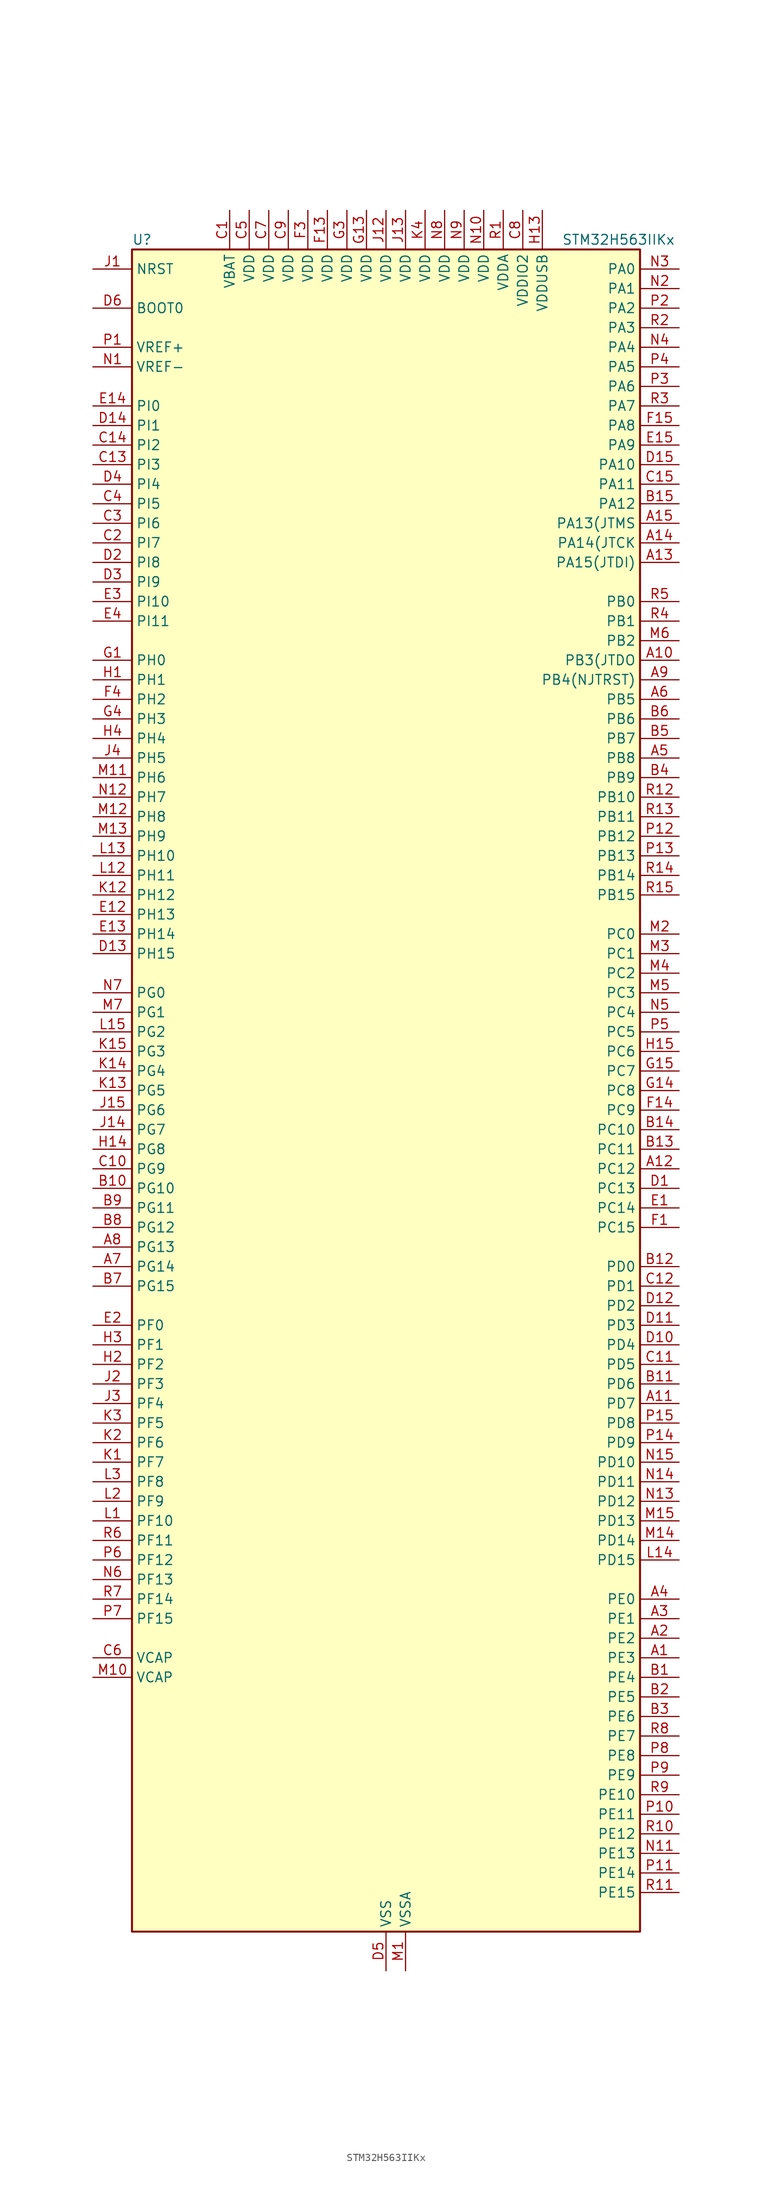
<source format=kicad_sym>
(kicad_symbol_lib
  (version 20231120)
  (generator "kicad_symbol_editor")
  (generator_version "8.0")
  (symbol "STM32H563IIKx"
    (property "Reference" "U"
      (at -33.02 110.49 0)
      (effects (font (size 1.27 1.27)) (justify left)))
    (property "Value" "STM32H563IIKx"
      (at 22.86 110.49 0)
      (effects (font (size 1.27 1.27)) (justify left)))
    (property "ki_locked" ""
      (at 0 0 0)
      (effects (font (size 1.27 1.27))))
    (symbol "STM32H563IIKx_0_1"
      (rectangle (start -33.02 -109.22) (end 33.02 109.22) (stroke (width 0.254) (type default)) (fill (type background))))
    (symbol "STM32H563IIKx_1_1"
      (pin bidirectional line (at 38.1 -73.66 180) (length 5.08) (name "PE3" (effects (font (size 1.27 1.27)))) (number "A1" (effects (font (size 1.27 1.27)))) (alternate "DEBUG_TRACED0" bidirectional line) (alternate "FMC_A19" bidirectional line) (alternate "SAI1_SD_B" bidirectional line) (alternate "TAMP_IN6" bidirectional line) (alternate "TAMP_OUT3" bidirectional line) (alternate "TIM15_BKIN" bidirectional line) (alternate "USART10_TX" bidirectional line))
      (pin bidirectional line (at 38.1 55.88 180) (length 5.08) (name "PB3(JTDO" (effects (font (size 1.27 1.27)))) (number "A10" (effects (font (size 1.27 1.27)))) (alternate "CRS_SYNC" bidirectional line) (alternate "DEBUG_JTDO-SWO" bidirectional line) (alternate "I2C2_SDA" bidirectional line) (alternate "I2S1_CK" bidirectional line) (alternate "I2S3_CK" bidirectional line) (alternate "LPTIM6_ETR" bidirectional line) (alternate "SDMMC2_D2" bidirectional line) (alternate "SPI1_SCK" bidirectional line) (alternate "SPI3_SCK" bidirectional line) (alternate "SPI6_SCK" bidirectional line) (alternate "TIM2_CH2" bidirectional line) (alternate "UART12_CTS" bidirectional line) (alternate "UART7_RX" bidirectional line))
      (pin bidirectional line (at 38.1 -40.64 180) (length 5.08) (name "PD7" (effects (font (size 1.27 1.27)))) (number "A11" (effects (font (size 1.27 1.27)))) (alternate "FMC_NCE" bidirectional line) (alternate "FMC_NE1" bidirectional line) (alternate "I2S1_SDO" bidirectional line) (alternate "LPTIM4_OUT" bidirectional line) (alternate "OCTOSPI1_IO7" bidirectional line) (alternate "SDMMC2_CMD" bidirectional line) (alternate "SPI1_MOSI" bidirectional line) (alternate "USART2_CK" bidirectional line))
      (pin bidirectional line (at 38.1 -10.16 180) (length 5.08) (name "PC12" (effects (font (size 1.27 1.27)))) (number "A12" (effects (font (size 1.27 1.27)))) (alternate "DCMI_D9" bidirectional line) (alternate "DEBUG_TRACED3" bidirectional line) (alternate "I2S3_SDO" bidirectional line) (alternate "PSSI_D9" bidirectional line) (alternate "SDMMC1_CK" bidirectional line) (alternate "SPI3_MOSI" bidirectional line) (alternate "SPI6_SCK" bidirectional line) (alternate "TIM15_CH1" bidirectional line) (alternate "UART5_TX" bidirectional line) (alternate "USART3_CK" bidirectional line))
      (pin bidirectional line (at 38.1 68.58 180) (length 5.08) (name "PA15(JTDI)" (effects (font (size 1.27 1.27)))) (number "A13" (effects (font (size 1.27 1.27)))) (alternate "ADC1_EXTI15" bidirectional line) (alternate "ADC2_EXTI15" bidirectional line) (alternate "CEC" bidirectional line) (alternate "DCMI_D11" bidirectional line) (alternate "DEBUG_JTDI" bidirectional line) (alternate "FMC_NBL1" bidirectional line) (alternate "I2S1_WS" bidirectional line) (alternate "I2S3_WS" bidirectional line) (alternate "LPTIM3_IN2" bidirectional line) (alternate "PSSI_D11" bidirectional line) (alternate "SPI1_NSS" bidirectional line) (alternate "SPI3_NSS" bidirectional line) (alternate "SPI6_NSS" bidirectional line) (alternate "TIM2_CH1" bidirectional line) (alternate "TIM2_ETR" bidirectional line) (alternate "UART4_DE" bidirectional line) (alternate "UART4_RTS" bidirectional line) (alternate "UART7_TX" bidirectional line))
      (pin bidirectional line (at 38.1 71.12 180) (length 5.08) (name "PA14(JTCK" (effects (font (size 1.27 1.27)))) (number "A14" (effects (font (size 1.27 1.27)))) (alternate "DEBUG_JTCK-SWCLK" bidirectional line))
      (pin bidirectional line (at 38.1 73.66 180) (length 5.08) (name "PA13(JTMS" (effects (font (size 1.27 1.27)))) (number "A15" (effects (font (size 1.27 1.27)))) (alternate "DEBUG_JTMS-SWDIO" bidirectional line))
      (pin bidirectional line (at 38.1 -71.12 180) (length 5.08) (name "PE2" (effects (font (size 1.27 1.27)))) (number "A2" (effects (font (size 1.27 1.27)))) (alternate "DCMI_D3" bidirectional line) (alternate "DEBUG_TRACECLK" bidirectional line) (alternate "ETH_TXD3" bidirectional line) (alternate "FMC_A23" bidirectional line) (alternate "LPTIM1_IN2" bidirectional line) (alternate "OCTOSPI1_IO2" bidirectional line) (alternate "PSSI_D3" bidirectional line) (alternate "SAI1_CK1" bidirectional line) (alternate "SAI1_MCLK_A" bidirectional line) (alternate "SPI4_SCK" bidirectional line) (alternate "UART8_TX" bidirectional line) (alternate "USART10_RX" bidirectional line))
      (pin bidirectional line (at 38.1 -68.58 180) (length 5.08) (name "PE1" (effects (font (size 1.27 1.27)))) (number "A3" (effects (font (size 1.27 1.27)))) (alternate "DCMI_D3" bidirectional line) (alternate "FDCAN1_TX" bidirectional line) (alternate "FMC_NBL1" bidirectional line) (alternate "LPTIM1_IN2" bidirectional line) (alternate "PSSI_D3" bidirectional line) (alternate "UART8_TX" bidirectional line))
      (pin bidirectional line (at 38.1 -66.04 180) (length 5.08) (name "PE0" (effects (font (size 1.27 1.27)))) (number "A4" (effects (font (size 1.27 1.27)))) (alternate "DCMI_D2" bidirectional line) (alternate "FDCAN1_RX" bidirectional line) (alternate "FMC_NBL0" bidirectional line) (alternate "LPTIM1_ETR" bidirectional line) (alternate "LPTIM2_CH2" bidirectional line) (alternate "LPTIM2_ETR" bidirectional line) (alternate "PSSI_D2" bidirectional line) (alternate "SAI2_MCLK_A" bidirectional line) (alternate "SPI3_RDY" bidirectional line) (alternate "TIM4_ETR" bidirectional line) (alternate "UART8_RX" bidirectional line))
      (pin bidirectional line (at 38.1 43.18 180) (length 5.08) (name "PB8" (effects (font (size 1.27 1.27)))) (number "A5" (effects (font (size 1.27 1.27)))) (alternate "DCMI_D6" bidirectional line) (alternate "ETH_TXD3" bidirectional line) (alternate "FDCAN1_RX" bidirectional line) (alternate "I2C1_SCL" bidirectional line) (alternate "I2C4_SCL" bidirectional line) (alternate "I3C1_SCL" bidirectional line) (alternate "PSSI_D6" bidirectional line) (alternate "SDMMC1_CKIN" bidirectional line) (alternate "SDMMC1_D4" bidirectional line) (alternate "SDMMC2_D4" bidirectional line) (alternate "SPI4_RDY" bidirectional line) (alternate "TIM16_CH1" bidirectional line) (alternate "TIM4_CH3" bidirectional line) (alternate "UART4_RX" bidirectional line))
      (pin bidirectional line (at 38.1 50.8 180) (length 5.08) (name "PB5" (effects (font (size 1.27 1.27)))) (number "A6" (effects (font (size 1.27 1.27)))) (alternate "DCMI_D10" bidirectional line) (alternate "ETH_PPS_OUT" bidirectional line) (alternate "FDCAN2_RX" bidirectional line) (alternate "FMC_SDCKE1" bidirectional line) (alternate "I2C1_SMBA" bidirectional line) (alternate "I2C4_SMBA" bidirectional line) (alternate "I2S1_SDO" bidirectional line) (alternate "I2S3_SDO" bidirectional line) (alternate "OCTOSPI1_NCLK" bidirectional line) (alternate "PSSI_D10" bidirectional line) (alternate "SPI1_MOSI" bidirectional line) (alternate "SPI3_MOSI" bidirectional line) (alternate "SPI6_MOSI" bidirectional line) (alternate "TIM17_BKIN" bidirectional line) (alternate "TIM3_CH2" bidirectional line) (alternate "UART5_RX" bidirectional line))
      (pin bidirectional line (at -38.1 -22.86 0) (length 5.08) (name "PG14" (effects (font (size 1.27 1.27)))) (number "A7" (effects (font (size 1.27 1.27)))) (alternate "DEBUG_TRACED1" bidirectional line) (alternate "ETH_TXD1" bidirectional line) (alternate "FMC_A25" bidirectional line) (alternate "LPTIM1_CH2" bidirectional line) (alternate "LPTIM1_ETR" bidirectional line) (alternate "LPTIM5_IN1" bidirectional line) (alternate "OCTOSPI1_IO7" bidirectional line) (alternate "SDMMC2_D7" bidirectional line) (alternate "SPI6_MOSI" bidirectional line) (alternate "USART10_RTS" bidirectional line) (alternate "USART6_TX" bidirectional line))
      (pin bidirectional line (at -38.1 -20.32 0) (length 5.08) (name "PG13" (effects (font (size 1.27 1.27)))) (number "A8" (effects (font (size 1.27 1.27)))) (alternate "DEBUG_TRACED0" bidirectional line) (alternate "ETH_TXD0" bidirectional line) (alternate "FMC_A24" bidirectional line) (alternate "LPTIM1_CH1" bidirectional line) (alternate "LPTIM5_CH2" bidirectional line) (alternate "SDMMC2_D6" bidirectional line) (alternate "SPI6_SCK" bidirectional line) (alternate "USART10_CTS" bidirectional line) (alternate "USART10_NSS" bidirectional line) (alternate "USART6_CTS" bidirectional line) (alternate "USART6_NSS" bidirectional line))
      (pin bidirectional line (at 38.1 53.34 180) (length 5.08) (name "PB4(NJTRST)" (effects (font (size 1.27 1.27)))) (number "A9" (effects (font (size 1.27 1.27)))) (alternate "DCMI_D7" bidirectional line) (alternate "DEBUG_JTRST" bidirectional line) (alternate "I2S1_SDI" bidirectional line) (alternate "I2S2_WS" bidirectional line) (alternate "I2S3_SDI" bidirectional line) (alternate "LPTIM1_CH2" bidirectional line) (alternate "OCTOSPI1_CLK" bidirectional line) (alternate "PSSI_D7" bidirectional line) (alternate "SDMMC2_D3" bidirectional line) (alternate "SPI1_MISO" bidirectional line) (alternate "SPI2_NSS" bidirectional line) (alternate "SPI3_MISO" bidirectional line) (alternate "SPI6_MISO" bidirectional line) (alternate "TIM16_BKIN" bidirectional line) (alternate "TIM3_CH1" bidirectional line) (alternate "UART7_TX" bidirectional line))
      (pin bidirectional line (at 38.1 -76.2 180) (length 5.08) (name "PE4" (effects (font (size 1.27 1.27)))) (number "B1" (effects (font (size 1.27 1.27)))) (alternate "DCMI_D4" bidirectional line) (alternate "DEBUG_TRACED1" bidirectional line) (alternate "FMC_A20" bidirectional line) (alternate "PSSI_D4" bidirectional line) (alternate "SAI1_D2" bidirectional line) (alternate "SAI1_FS_A" bidirectional line) (alternate "SPI4_NSS" bidirectional line) (alternate "TAMP_IN7" bidirectional line) (alternate "TAMP_OUT8" bidirectional line) (alternate "TIM15_CH1N" bidirectional line))
      (pin bidirectional line (at -38.1 -12.7 0) (length 5.08) (name "PG10" (effects (font (size 1.27 1.27)))) (number "B10" (effects (font (size 1.27 1.27)))) (alternate "DCMI_D2" bidirectional line) (alternate "FMC_NE3" bidirectional line) (alternate "I2S1_WS" bidirectional line) (alternate "PSSI_D2" bidirectional line) (alternate "SAI2_SD_B" bidirectional line) (alternate "SDMMC2_D1" bidirectional line) (alternate "SPI1_NSS" bidirectional line))
      (pin bidirectional line (at 38.1 -38.1 180) (length 5.08) (name "PD6" (effects (font (size 1.27 1.27)))) (number "B11" (effects (font (size 1.27 1.27)))) (alternate "DCMI_D10" bidirectional line) (alternate "FMC_NWAIT" bidirectional line) (alternate "I2S3_SDO" bidirectional line) (alternate "OCTOSPI1_IO6" bidirectional line) (alternate "PSSI_D10" bidirectional line) (alternate "SAI1_D1" bidirectional line) (alternate "SAI1_SD_A" bidirectional line) (alternate "SDMMC2_CK" bidirectional line) (alternate "SPI3_MOSI" bidirectional line) (alternate "USART2_RX" bidirectional line))
      (pin bidirectional line (at 38.1 -22.86 180) (length 5.08) (name "PD0" (effects (font (size 1.27 1.27)))) (number "B12" (effects (font (size 1.27 1.27)))) (alternate "FDCAN1_RX" bidirectional line) (alternate "FMC_D2" bidirectional line) (alternate "FMC_DA2" bidirectional line) (alternate "TIM8_CH4N" bidirectional line) (alternate "UART4_RX" bidirectional line) (alternate "UART9_CTS" bidirectional line))
      (pin bidirectional line (at 38.1 -7.62 180) (length 5.08) (name "PC11" (effects (font (size 1.27 1.27)))) (number "B13" (effects (font (size 1.27 1.27)))) (alternate "ADC1_EXTI11" bidirectional line) (alternate "ADC2_EXTI11" bidirectional line) (alternate "DCMI_D4" bidirectional line) (alternate "I2S3_SDI" bidirectional line) (alternate "LPTIM3_IN1" bidirectional line) (alternate "OCTOSPI1_NCS" bidirectional line) (alternate "PSSI_D4" bidirectional line) (alternate "SDMMC1_D3" bidirectional line) (alternate "SPI3_MISO" bidirectional line) (alternate "UART4_RX" bidirectional line) (alternate "USART3_RX" bidirectional line))
      (pin bidirectional line (at 38.1 -5.08 180) (length 5.08) (name "PC10" (effects (font (size 1.27 1.27)))) (number "B14" (effects (font (size 1.27 1.27)))) (alternate "DCMI_D8" bidirectional line) (alternate "ETH_TXD0" bidirectional line) (alternate "I2S3_CK" bidirectional line) (alternate "LPTIM3_ETR" bidirectional line) (alternate "OCTOSPI1_IO1" bidirectional line) (alternate "PSSI_D8" bidirectional line) (alternate "SDMMC1_D2" bidirectional line) (alternate "SPI3_SCK" bidirectional line) (alternate "UART4_TX" bidirectional line) (alternate "USART3_TX" bidirectional line))
      (pin bidirectional line (at 38.1 76.2 180) (length 5.08) (name "PA12" (effects (font (size 1.27 1.27)))) (number "B15" (effects (font (size 1.27 1.27)))) (alternate "FDCAN1_TX" bidirectional line) (alternate "I2S2_CK" bidirectional line) (alternate "LPUART1_RTS" bidirectional line) (alternate "SAI2_FS_B" bidirectional line) (alternate "SPI2_SCK" bidirectional line) (alternate "TIM1_ETR" bidirectional line) (alternate "UART4_TX" bidirectional line) (alternate "USART1_RTS" bidirectional line) (alternate "USB_DP" bidirectional line))
      (pin bidirectional line (at 38.1 -78.74 180) (length 5.08) (name "PE5" (effects (font (size 1.27 1.27)))) (number "B2" (effects (font (size 1.27 1.27)))) (alternate "DCMI_D6" bidirectional line) (alternate "DEBUG_TRACED2" bidirectional line) (alternate "FMC_A21" bidirectional line) (alternate "PSSI_D6" bidirectional line) (alternate "SAI1_CK2" bidirectional line) (alternate "SAI1_SCK_A" bidirectional line) (alternate "SPI4_MISO" bidirectional line) (alternate "TAMP_IN8" bidirectional line) (alternate "TAMP_OUT7" bidirectional line) (alternate "TIM15_CH1" bidirectional line))
      (pin bidirectional line (at 38.1 -81.28 180) (length 5.08) (name "PE6" (effects (font (size 1.27 1.27)))) (number "B3" (effects (font (size 1.27 1.27)))) (alternate "DCMI_D7" bidirectional line) (alternate "DEBUG_TRACED3" bidirectional line) (alternate "FMC_A22" bidirectional line) (alternate "PSSI_D7" bidirectional line) (alternate "SAI1_D1" bidirectional line) (alternate "SAI1_SD_A" bidirectional line) (alternate "SAI2_MCLK_B" bidirectional line) (alternate "SPI4_MOSI" bidirectional line) (alternate "TAMP_IN3" bidirectional line) (alternate "TAMP_OUT6" bidirectional line) (alternate "TIM15_CH2" bidirectional line) (alternate "TIM1_BKIN2" bidirectional line))
      (pin bidirectional line (at 38.1 40.64 180) (length 5.08) (name "PB9" (effects (font (size 1.27 1.27)))) (number "B4" (effects (font (size 1.27 1.27)))) (alternate "DAC1_EXTI9" bidirectional line) (alternate "DCMI_D7" bidirectional line) (alternate "FDCAN1_TX" bidirectional line) (alternate "I2C1_SDA" bidirectional line) (alternate "I2C4_SDA" bidirectional line) (alternate "I2S2_WS" bidirectional line) (alternate "I3C1_SDA" bidirectional line) (alternate "PSSI_D7" bidirectional line) (alternate "SDMMC1_CDIR" bidirectional line) (alternate "SDMMC1_D5" bidirectional line) (alternate "SDMMC2_CKIN" bidirectional line) (alternate "SDMMC2_D5" bidirectional line) (alternate "SPI2_NSS" bidirectional line) (alternate "TIM17_CH1" bidirectional line) (alternate "TIM4_CH4" bidirectional line) (alternate "UART4_TX" bidirectional line))
      (pin bidirectional line (at 38.1 45.72 180) (length 5.08) (name "PB7" (effects (font (size 1.27 1.27)))) (number "B5" (effects (font (size 1.27 1.27)))) (alternate "DCMI_VSYNC" bidirectional line) (alternate "FDCAN1_TX" bidirectional line) (alternate "FMC_NL" bidirectional line) (alternate "I2C1_SDA" bidirectional line) (alternate "I2C4_SDA" bidirectional line) (alternate "I3C1_SDA" bidirectional line) (alternate "LPUART1_RX" bidirectional line) (alternate "PSSI_RDY" bidirectional line) (alternate "PWR_WKUP5" bidirectional line) (alternate "SDMMC2_CKIN" bidirectional line) (alternate "SDMMC2_D5" bidirectional line) (alternate "TIM17_CH1N" bidirectional line) (alternate "TIM4_CH2" bidirectional line) (alternate "USART1_RX" bidirectional line))
      (pin bidirectional line (at 38.1 48.26 180) (length 5.08) (name "PB6" (effects (font (size 1.27 1.27)))) (number "B6" (effects (font (size 1.27 1.27)))) (alternate "CEC" bidirectional line) (alternate "DCMI_D5" bidirectional line) (alternate "FDCAN2_TX" bidirectional line) (alternate "FMC_SDNE1" bidirectional line) (alternate "I2C1_SCL" bidirectional line) (alternate "I2C4_SCL" bidirectional line) (alternate "I3C1_SCL" bidirectional line) (alternate "LPUART1_TX" bidirectional line) (alternate "OCTOSPI1_NCS" bidirectional line) (alternate "PSSI_D5" bidirectional line) (alternate "TIM16_CH1N" bidirectional line) (alternate "TIM4_CH1" bidirectional line) (alternate "UART5_TX" bidirectional line) (alternate "USART1_TX" bidirectional line))
      (pin bidirectional line (at -38.1 -25.4 0) (length 5.08) (name "PG15" (effects (font (size 1.27 1.27)))) (number "B7" (effects (font (size 1.27 1.27)))) (alternate "ADC1_EXTI15" bidirectional line) (alternate "ADC2_EXTI15" bidirectional line) (alternate "DCMI_D13" bidirectional line) (alternate "FMC_SDNCAS" bidirectional line) (alternate "PSSI_D13" bidirectional line) (alternate "SPI4_RDY" bidirectional line) (alternate "USART10_CK" bidirectional line) (alternate "USART6_CTS" bidirectional line) (alternate "USART6_NSS" bidirectional line))
      (pin bidirectional line (at -38.1 -17.78 0) (length 5.08) (name "PG12" (effects (font (size 1.27 1.27)))) (number "B8" (effects (font (size 1.27 1.27)))) (alternate "DCMI_D11" bidirectional line) (alternate "ETH_TXD1" bidirectional line) (alternate "FMC_NE4" bidirectional line) (alternate "LPTIM1_IN1" bidirectional line) (alternate "LPTIM5_CH1" bidirectional line) (alternate "PSSI_D11" bidirectional line) (alternate "PSSI_D15" bidirectional line) (alternate "SDMMC2_D3" bidirectional line) (alternate "SPI6_MISO" bidirectional line) (alternate "USART10_TX" bidirectional line) (alternate "USART6_RTS" bidirectional line))
      (pin bidirectional line (at -38.1 -15.24 0) (length 5.08) (name "PG11" (effects (font (size 1.27 1.27)))) (number "B9" (effects (font (size 1.27 1.27)))) (alternate "ADC1_EXTI11" bidirectional line) (alternate "ADC2_EXTI11" bidirectional line) (alternate "DCMI_D3" bidirectional line) (alternate "ETH_TX_EN" bidirectional line) (alternate "I2S1_CK" bidirectional line) (alternate "LPTIM1_IN2" bidirectional line) (alternate "PSSI_D3" bidirectional line) (alternate "SDMMC2_D2" bidirectional line) (alternate "SPI1_SCK" bidirectional line) (alternate "USART10_RX" bidirectional line) (alternate "USART11_RTS" bidirectional line))
      (pin power_in line (at -20.32 114.3 270) (length 5.08) (name "VBAT" (effects (font (size 1.27 1.27)))) (number "C1" (effects (font (size 1.27 1.27)))))
      (pin bidirectional line (at -38.1 -10.16 0) (length 5.08) (name "PG9" (effects (font (size 1.27 1.27)))) (number "C10" (effects (font (size 1.27 1.27)))) (alternate "DAC1_EXTI9" bidirectional line) (alternate "DCMI_VSYNC" bidirectional line) (alternate "FMC_NCE" bidirectional line) (alternate "FMC_NE2" bidirectional line) (alternate "I2S1_SDI" bidirectional line) (alternate "OCTOSPI1_IO6" bidirectional line) (alternate "PSSI_RDY" bidirectional line) (alternate "SAI2_FS_B" bidirectional line) (alternate "SDMMC2_D0" bidirectional line) (alternate "SPI1_MISO" bidirectional line) (alternate "USART6_RX" bidirectional line))
      (pin bidirectional line (at 38.1 -35.56 180) (length 5.08) (name "PD5" (effects (font (size 1.27 1.27)))) (number "C11" (effects (font (size 1.27 1.27)))) (alternate "FDCAN1_TX" bidirectional line) (alternate "FMC_NWE" bidirectional line) (alternate "OCTOSPI1_IO5" bidirectional line) (alternate "SPI2_RDY" bidirectional line) (alternate "TIM1_CH4N" bidirectional line) (alternate "USART2_TX" bidirectional line))
      (pin bidirectional line (at 38.1 -25.4 180) (length 5.08) (name "PD1" (effects (font (size 1.27 1.27)))) (number "C12" (effects (font (size 1.27 1.27)))) (alternate "FDCAN1_TX" bidirectional line) (alternate "FMC_D3" bidirectional line) (alternate "FMC_DA3" bidirectional line) (alternate "UART4_TX" bidirectional line))
      (pin bidirectional line (at -38.1 81.28 0) (length 5.08) (name "PI3" (effects (font (size 1.27 1.27)))) (number "C13" (effects (font (size 1.27 1.27)))) (alternate "DCMI_D10" bidirectional line) (alternate "I2S2_SDO" bidirectional line) (alternate "PSSI_D10" bidirectional line) (alternate "SPI2_MOSI" bidirectional line) (alternate "TIM8_ETR" bidirectional line))
      (pin bidirectional line (at -38.1 83.82 0) (length 5.08) (name "PI2" (effects (font (size 1.27 1.27)))) (number "C14" (effects (font (size 1.27 1.27)))) (alternate "DCMI_D9" bidirectional line) (alternate "I2S2_SDI" bidirectional line) (alternate "PSSI_D9" bidirectional line) (alternate "SPI2_MISO" bidirectional line) (alternate "TIM8_CH4" bidirectional line))
      (pin bidirectional line (at 38.1 78.74 180) (length 5.08) (name "PA11" (effects (font (size 1.27 1.27)))) (number "C15" (effects (font (size 1.27 1.27)))) (alternate "ADC1_EXTI11" bidirectional line) (alternate "ADC2_EXTI11" bidirectional line) (alternate "FDCAN1_RX" bidirectional line) (alternate "I2S2_WS" bidirectional line) (alternate "LPUART1_CTS" bidirectional line) (alternate "SPI2_NSS" bidirectional line) (alternate "TIM1_CH4" bidirectional line) (alternate "UART4_RX" bidirectional line) (alternate "USART1_CTS" bidirectional line) (alternate "USART1_NSS" bidirectional line) (alternate "USB_DM" bidirectional line))
      (pin bidirectional line (at -38.1 71.12 0) (length 5.08) (name "PI7" (effects (font (size 1.27 1.27)))) (number "C2" (effects (font (size 1.27 1.27)))) (alternate "DCMI_D7" bidirectional line) (alternate "PSSI_D7" bidirectional line) (alternate "SAI2_FS_A" bidirectional line) (alternate "TIM8_CH3" bidirectional line))
      (pin bidirectional line (at -38.1 73.66 0) (length 5.08) (name "PI6" (effects (font (size 1.27 1.27)))) (number "C3" (effects (font (size 1.27 1.27)))) (alternate "DCMI_D6" bidirectional line) (alternate "PSSI_D6" bidirectional line) (alternate "SAI2_SD_A" bidirectional line) (alternate "TIM8_CH2" bidirectional line))
      (pin bidirectional line (at -38.1 76.2 0) (length 5.08) (name "PI5" (effects (font (size 1.27 1.27)))) (number "C4" (effects (font (size 1.27 1.27)))) (alternate "DCMI_VSYNC" bidirectional line) (alternate "PSSI_RDY" bidirectional line) (alternate "SAI2_SCK_A" bidirectional line) (alternate "TIM8_CH1" bidirectional line))
      (pin power_in line (at -17.78 114.3 270) (length 5.08) (name "VDD" (effects (font (size 1.27 1.27)))) (number "C5" (effects (font (size 1.27 1.27)))))
      (pin power_out line (at -38.1 -73.66 0) (length 5.08) (name "VCAP" (effects (font (size 1.27 1.27)))) (number "C6" (effects (font (size 1.27 1.27)))))
      (pin power_in line (at -15.24 114.3 270) (length 5.08) (name "VDD" (effects (font (size 1.27 1.27)))) (number "C7" (effects (font (size 1.27 1.27)))))
      (pin power_in line (at 17.78 114.3 270) (length 5.08) (name "VDDIO2" (effects (font (size 1.27 1.27)))) (number "C8" (effects (font (size 1.27 1.27)))))
      (pin power_in line (at -12.7 114.3 270) (length 5.08) (name "VDD" (effects (font (size 1.27 1.27)))) (number "C9" (effects (font (size 1.27 1.27)))))
      (pin bidirectional line (at 38.1 -12.7 180) (length 5.08) (name "PC13" (effects (font (size 1.27 1.27)))) (number "D1" (effects (font (size 1.27 1.27)))) (alternate "PWR_WKUP4" bidirectional line) (alternate "RTC_OUT1" bidirectional line) (alternate "RTC_TS" bidirectional line) (alternate "TAMP_IN1" bidirectional line) (alternate "TAMP_OUT2" bidirectional line) (alternate "TAMP_OUT3" bidirectional line))
      (pin bidirectional line (at 38.1 -33.02 180) (length 5.08) (name "PD4" (effects (font (size 1.27 1.27)))) (number "D10" (effects (font (size 1.27 1.27)))) (alternate "FMC_NOE" bidirectional line) (alternate "OCTOSPI1_IO4" bidirectional line) (alternate "USART2_RTS" bidirectional line))
      (pin bidirectional line (at 38.1 -30.48 180) (length 5.08) (name "PD3" (effects (font (size 1.27 1.27)))) (number "D11" (effects (font (size 1.27 1.27)))) (alternate "DCMI_D5" bidirectional line) (alternate "FMC_CLK" bidirectional line) (alternate "I2S2_CK" bidirectional line) (alternate "PSSI_D5" bidirectional line) (alternate "PWR_WKUP8" bidirectional line) (alternate "SPI2_SCK" bidirectional line) (alternate "USART2_CTS" bidirectional line) (alternate "USART2_NSS" bidirectional line))
      (pin bidirectional line (at 38.1 -27.94 180) (length 5.08) (name "PD2" (effects (font (size 1.27 1.27)))) (number "D12" (effects (font (size 1.27 1.27)))) (alternate "DCMI_D11" bidirectional line) (alternate "DEBUG_TRACED2" bidirectional line) (alternate "LPTIM4_ETR" bidirectional line) (alternate "PSSI_D11" bidirectional line) (alternate "PWR_WKUP7" bidirectional line) (alternate "SDMMC1_CMD" bidirectional line) (alternate "TIM15_BKIN" bidirectional line) (alternate "TIM3_ETR" bidirectional line) (alternate "UART5_RX" bidirectional line))
      (pin bidirectional line (at -38.1 17.78 0) (length 5.08) (name "PH15" (effects (font (size 1.27 1.27)))) (number "D13" (effects (font (size 1.27 1.27)))) (alternate "ADC1_EXTI15" bidirectional line) (alternate "ADC2_EXTI15" bidirectional line) (alternate "DCMI_D11" bidirectional line) (alternate "PSSI_D11" bidirectional line) (alternate "TIM8_CH3N" bidirectional line))
      (pin bidirectional line (at -38.1 86.36 0) (length 5.08) (name "PI1" (effects (font (size 1.27 1.27)))) (number "D14" (effects (font (size 1.27 1.27)))) (alternate "DCMI_D8" bidirectional line) (alternate "I2S2_CK" bidirectional line) (alternate "PSSI_D8" bidirectional line) (alternate "SPI2_SCK" bidirectional line) (alternate "TIM8_BKIN2" bidirectional line))
      (pin bidirectional line (at 38.1 81.28 180) (length 5.08) (name "PA10" (effects (font (size 1.27 1.27)))) (number "D15" (effects (font (size 1.27 1.27)))) (alternate "DCMI_D1" bidirectional line) (alternate "FDCAN2_TX" bidirectional line) (alternate "LPTIM2_IN2" bidirectional line) (alternate "LPUART1_RX" bidirectional line) (alternate "PSSI_D1" bidirectional line) (alternate "SDMMC1_D0" bidirectional line) (alternate "TIM1_CH3" bidirectional line) (alternate "UCPD1_FRSTX" bidirectional line) (alternate "USART1_RX" bidirectional line))
      (pin bidirectional line (at -38.1 68.58 0) (length 5.08) (name "PI8" (effects (font (size 1.27 1.27)))) (number "D2" (effects (font (size 1.27 1.27)))) (alternate "PWR_WKUP3" bidirectional line) (alternate "RTC_OUT2" bidirectional line) (alternate "TAMP_IN2" bidirectional line) (alternate "TAMP_OUT3" bidirectional line))
      (pin bidirectional line (at -38.1 66.04 0) (length 5.08) (name "PI9" (effects (font (size 1.27 1.27)))) (number "D3" (effects (font (size 1.27 1.27)))) (alternate "DAC1_EXTI9" bidirectional line) (alternate "FDCAN1_RX" bidirectional line) (alternate "UART4_RX" bidirectional line))
      (pin bidirectional line (at -38.1 78.74 0) (length 5.08) (name "PI4" (effects (font (size 1.27 1.27)))) (number "D4" (effects (font (size 1.27 1.27)))) (alternate "DCMI_D5" bidirectional line) (alternate "PSSI_D5" bidirectional line) (alternate "SAI2_MCLK_A" bidirectional line) (alternate "SPI2_RDY" bidirectional line) (alternate "TIM8_BKIN" bidirectional line))
      (pin power_in line (at 0 -114.3 90) (length 5.08) (name "VSS" (effects (font (size 1.27 1.27)))) (number "D5" (effects (font (size 1.27 1.27)))))
      (pin input line (at -38.1 101.6 0) (length 5.08) (name "BOOT0" (effects (font (size 1.27 1.27)))) (number "D6" (effects (font (size 1.27 1.27)))))
      (pin passive line (at 0 -114.3 90) (length 5.08) hide (name "VSS" (effects (font (size 1.27 1.27)))) (number "D7" (effects (font (size 1.27 1.27)))))
      (pin passive line (at 0 -114.3 90) (length 5.08) hide (name "VSS" (effects (font (size 1.27 1.27)))) (number "D8" (effects (font (size 1.27 1.27)))))
      (pin passive line (at 0 -114.3 90) (length 5.08) hide (name "VSS" (effects (font (size 1.27 1.27)))) (number "D9" (effects (font (size 1.27 1.27)))))
      (pin bidirectional line (at 38.1 -15.24 180) (length 5.08) (name "PC14" (effects (font (size 1.27 1.27)))) (number "E1" (effects (font (size 1.27 1.27)))) (alternate "RCC_OSC32_IN" bidirectional line))
      (pin bidirectional line (at -38.1 22.86 0) (length 5.08) (name "PH13" (effects (font (size 1.27 1.27)))) (number "E12" (effects (font (size 1.27 1.27)))) (alternate "DCMI_D3" bidirectional line) (alternate "FDCAN1_TX" bidirectional line) (alternate "LPTIM1_IN2" bidirectional line) (alternate "PSSI_D3" bidirectional line) (alternate "TIM8_CH1N" bidirectional line) (alternate "UART4_TX" bidirectional line) (alternate "UART8_TX" bidirectional line))
      (pin bidirectional line (at -38.1 20.32 0) (length 5.08) (name "PH14" (effects (font (size 1.27 1.27)))) (number "E13" (effects (font (size 1.27 1.27)))) (alternate "DCMI_D4" bidirectional line) (alternate "FDCAN1_RX" bidirectional line) (alternate "PSSI_D4" bidirectional line) (alternate "TIM8_CH2N" bidirectional line) (alternate "UART4_RX" bidirectional line))
      (pin bidirectional line (at -38.1 88.9 0) (length 5.08) (name "PI0" (effects (font (size 1.27 1.27)))) (number "E14" (effects (font (size 1.27 1.27)))) (alternate "DCMI_D13" bidirectional line) (alternate "I2S2_WS" bidirectional line) (alternate "PSSI_D13" bidirectional line) (alternate "SPI2_NSS" bidirectional line) (alternate "TIM5_CH4" bidirectional line))
      (pin bidirectional line (at 38.1 83.82 180) (length 5.08) (name "PA9" (effects (font (size 1.27 1.27)))) (number "E15" (effects (font (size 1.27 1.27)))) (alternate "DAC1_EXTI9" bidirectional line) (alternate "DCMI_D0" bidirectional line) (alternate "ETH_TX_ER" bidirectional line) (alternate "FMC_NWE" bidirectional line) (alternate "I2C3_SMBA" bidirectional line) (alternate "I2S2_CK" bidirectional line) (alternate "LPUART1_TX" bidirectional line) (alternate "PSSI_D0" bidirectional line) (alternate "SPI2_SCK" bidirectional line) (alternate "TIM1_CH2" bidirectional line) (alternate "UCPD1_DB1" bidirectional line) (alternate "USART1_TX" bidirectional line))
      (pin bidirectional line (at -38.1 -30.48 0) (length 5.08) (name "PF0" (effects (font (size 1.27 1.27)))) (number "E2" (effects (font (size 1.27 1.27)))) (alternate "FMC_A0" bidirectional line) (alternate "I2C2_SDA" bidirectional line) (alternate "LPTIM5_CH1" bidirectional line))
      (pin bidirectional line (at -38.1 63.5 0) (length 5.08) (name "PI10" (effects (font (size 1.27 1.27)))) (number "E3" (effects (font (size 1.27 1.27)))) (alternate "ETH_RX_ER" bidirectional line) (alternate "FDCAN1_RX" bidirectional line) (alternate "PSSI_D14" bidirectional line))
      (pin bidirectional line (at -38.1 60.96 0) (length 5.08) (name "PI11" (effects (font (size 1.27 1.27)))) (number "E4" (effects (font (size 1.27 1.27)))) (alternate "ADC1_EXTI11" bidirectional line) (alternate "ADC2_EXTI11" bidirectional line) (alternate "PSSI_D15" bidirectional line) (alternate "TAMP_IN4" bidirectional line) (alternate "TAMP_OUT5" bidirectional line))
      (pin bidirectional line (at 38.1 -17.78 180) (length 5.08) (name "PC15" (effects (font (size 1.27 1.27)))) (number "F1" (effects (font (size 1.27 1.27)))) (alternate "ADC1_EXTI15" bidirectional line) (alternate "ADC2_EXTI15" bidirectional line) (alternate "RCC_OSC32_OUT" bidirectional line))
      (pin passive line (at 0 -114.3 90) (length 5.08) hide (name "VSS" (effects (font (size 1.27 1.27)))) (number "F10" (effects (font (size 1.27 1.27)))))
      (pin passive line (at 0 -114.3 90) (length 5.08) hide (name "VSS" (effects (font (size 1.27 1.27)))) (number "F12" (effects (font (size 1.27 1.27)))))
      (pin power_in line (at -7.62 114.3 270) (length 5.08) (name "VDD" (effects (font (size 1.27 1.27)))) (number "F13" (effects (font (size 1.27 1.27)))))
      (pin bidirectional line (at 38.1 -2.54 180) (length 5.08) (name "PC9" (effects (font (size 1.27 1.27)))) (number "F14" (effects (font (size 1.27 1.27)))) (alternate "AUDIOCLK" bidirectional line) (alternate "DAC1_EXTI9" bidirectional line) (alternate "DCMI_D3" bidirectional line) (alternate "FMC_CLE" bidirectional line) (alternate "I2C3_SDA" bidirectional line) (alternate "OCTOSPI1_IO0" bidirectional line) (alternate "PSSI_D3" bidirectional line) (alternate "RCC_MCO_2" bidirectional line) (alternate "SDMMC1_D1" bidirectional line) (alternate "TIM3_CH4" bidirectional line) (alternate "TIM8_CH4" bidirectional line) (alternate "UART5_CTS" bidirectional line) (alternate "UCPD1_DB2" bidirectional line))
      (pin bidirectional line (at 38.1 86.36 180) (length 5.08) (name "PA8" (effects (font (size 1.27 1.27)))) (number "F15" (effects (font (size 1.27 1.27)))) (alternate "DCMI_D3" bidirectional line) (alternate "FMC_NOE" bidirectional line) (alternate "I2C3_SCL" bidirectional line) (alternate "PSSI_D3" bidirectional line) (alternate "RCC_MCO_1" bidirectional line) (alternate "SPI1_RDY" bidirectional line) (alternate "TIM1_CH1" bidirectional line) (alternate "TIM8_BKIN2" bidirectional line) (alternate "UART7_RX" bidirectional line) (alternate "USART1_CK" bidirectional line) (alternate "USB_SOF" bidirectional line))
      (pin passive line (at 0 -114.3 90) (length 5.08) hide (name "VSS" (effects (font (size 1.27 1.27)))) (number "F2" (effects (font (size 1.27 1.27)))))
      (pin power_in line (at -10.16 114.3 270) (length 5.08) (name "VDD" (effects (font (size 1.27 1.27)))) (number "F3" (effects (font (size 1.27 1.27)))))
      (pin bidirectional line (at -38.1 50.8 0) (length 5.08) (name "PH2" (effects (font (size 1.27 1.27)))) (number "F4" (effects (font (size 1.27 1.27)))) (alternate "ETH_CRS" bidirectional line) (alternate "FMC_SDCKE0" bidirectional line) (alternate "LPTIM1_IN2" bidirectional line) (alternate "OCTOSPI1_IO4" bidirectional line) (alternate "SAI2_SCK_B" bidirectional line))
      (pin passive line (at 0 -114.3 90) (length 5.08) hide (name "VSS" (effects (font (size 1.27 1.27)))) (number "F6" (effects (font (size 1.27 1.27)))))
      (pin passive line (at 0 -114.3 90) (length 5.08) hide (name "VSS" (effects (font (size 1.27 1.27)))) (number "F7" (effects (font (size 1.27 1.27)))))
      (pin passive line (at 0 -114.3 90) (length 5.08) hide (name "VSS" (effects (font (size 1.27 1.27)))) (number "F8" (effects (font (size 1.27 1.27)))))
      (pin passive line (at 0 -114.3 90) (length 5.08) hide (name "VSS" (effects (font (size 1.27 1.27)))) (number "F9" (effects (font (size 1.27 1.27)))))
      (pin bidirectional line (at -38.1 55.88 0) (length 5.08) (name "PH0" (effects (font (size 1.27 1.27)))) (number "G1" (effects (font (size 1.27 1.27)))) (alternate "RCC_OSC_IN" bidirectional line))
      (pin passive line (at 0 -114.3 90) (length 5.08) hide (name "VSS" (effects (font (size 1.27 1.27)))) (number "G10" (effects (font (size 1.27 1.27)))))
      (pin passive line (at 0 -114.3 90) (length 5.08) hide (name "VSS" (effects (font (size 1.27 1.27)))) (number "G12" (effects (font (size 1.27 1.27)))))
      (pin power_in line (at -2.54 114.3 270) (length 5.08) (name "VDD" (effects (font (size 1.27 1.27)))) (number "G13" (effects (font (size 1.27 1.27)))))
      (pin bidirectional line (at 38.1 0 180) (length 5.08) (name "PC8" (effects (font (size 1.27 1.27)))) (number "G14" (effects (font (size 1.27 1.27)))) (alternate "DCMI_D2" bidirectional line) (alternate "DEBUG_TRACED1" bidirectional line) (alternate "FMC_ALE" bidirectional line) (alternate "FMC_INT" bidirectional line) (alternate "FMC_NCE" bidirectional line) (alternate "FMC_NE2" bidirectional line) (alternate "PSSI_D2" bidirectional line) (alternate "SDMMC1_D0" bidirectional line) (alternate "TIM3_CH3" bidirectional line) (alternate "TIM8_CH3" bidirectional line) (alternate "UART5_DE" bidirectional line) (alternate "UART5_RTS" bidirectional line) (alternate "USART6_CK" bidirectional line))
      (pin bidirectional line (at 38.1 2.54 180) (length 5.08) (name "PC7" (effects (font (size 1.27 1.27)))) (number "G15" (effects (font (size 1.27 1.27)))) (alternate "DCMI_D1" bidirectional line) (alternate "DEBUG_TRGIO" bidirectional line) (alternate "FMC_NE1" bidirectional line) (alternate "I2S3_MCK" bidirectional line) (alternate "OCTOSPI1_IO6" bidirectional line) (alternate "PSSI_D1" bidirectional line) (alternate "SDMMC1_D123DIR" bidirectional line) (alternate "SDMMC1_D7" bidirectional line) (alternate "SDMMC2_D7" bidirectional line) (alternate "TIM3_CH2" bidirectional line) (alternate "TIM8_CH2" bidirectional line) (alternate "USART6_RX" bidirectional line))
      (pin passive line (at 0 -114.3 90) (length 5.08) hide (name "VSS" (effects (font (size 1.27 1.27)))) (number "G2" (effects (font (size 1.27 1.27)))))
      (pin power_in line (at -5.08 114.3 270) (length 5.08) (name "VDD" (effects (font (size 1.27 1.27)))) (number "G3" (effects (font (size 1.27 1.27)))))
      (pin bidirectional line (at -38.1 48.26 0) (length 5.08) (name "PH3" (effects (font (size 1.27 1.27)))) (number "G4" (effects (font (size 1.27 1.27)))) (alternate "ETH_COL" bidirectional line) (alternate "FMC_SDNE0" bidirectional line) (alternate "OCTOSPI1_IO5" bidirectional line) (alternate "SAI2_MCLK_B" bidirectional line))
      (pin passive line (at 0 -114.3 90) (length 5.08) hide (name "VSS" (effects (font (size 1.27 1.27)))) (number "G6" (effects (font (size 1.27 1.27)))))
      (pin passive line (at 0 -114.3 90) (length 5.08) hide (name "VSS" (effects (font (size 1.27 1.27)))) (number "G7" (effects (font (size 1.27 1.27)))))
      (pin passive line (at 0 -114.3 90) (length 5.08) hide (name "VSS" (effects (font (size 1.27 1.27)))) (number "G8" (effects (font (size 1.27 1.27)))))
      (pin passive line (at 0 -114.3 90) (length 5.08) hide (name "VSS" (effects (font (size 1.27 1.27)))) (number "G9" (effects (font (size 1.27 1.27)))))
      (pin bidirectional line (at -38.1 53.34 0) (length 5.08) (name "PH1" (effects (font (size 1.27 1.27)))) (number "H1" (effects (font (size 1.27 1.27)))) (alternate "RCC_OSC_OUT" bidirectional line))
      (pin passive line (at 0 -114.3 90) (length 5.08) hide (name "VSS" (effects (font (size 1.27 1.27)))) (number "H10" (effects (font (size 1.27 1.27)))))
      (pin passive line (at 0 -114.3 90) (length 5.08) hide (name "VSS" (effects (font (size 1.27 1.27)))) (number "H12" (effects (font (size 1.27 1.27)))))
      (pin power_in line (at 20.32 114.3 270) (length 5.08) (name "VDDUSB" (effects (font (size 1.27 1.27)))) (number "H13" (effects (font (size 1.27 1.27)))))
      (pin bidirectional line (at -38.1 -7.62 0) (length 5.08) (name "PG8" (effects (font (size 1.27 1.27)))) (number "H14" (effects (font (size 1.27 1.27)))) (alternate "ETH_PPS_OUT" bidirectional line) (alternate "FMC_SDCLK" bidirectional line) (alternate "SPI6_NSS" bidirectional line) (alternate "TIM8_ETR" bidirectional line) (alternate "USART6_RTS" bidirectional line))
      (pin bidirectional line (at 38.1 5.08 180) (length 5.08) (name "PC6" (effects (font (size 1.27 1.27)))) (number "H15" (effects (font (size 1.27 1.27)))) (alternate "DCMI_D0" bidirectional line) (alternate "FMC_NWAIT" bidirectional line) (alternate "I2S2_MCK" bidirectional line) (alternate "OCTOSPI1_IO5" bidirectional line) (alternate "PSSI_D0" bidirectional line) (alternate "SAI1_SCK_A" bidirectional line) (alternate "SDMMC1_D0DIR" bidirectional line) (alternate "SDMMC1_D6" bidirectional line) (alternate "SDMMC2_D6" bidirectional line) (alternate "TIM3_CH1" bidirectional line) (alternate "TIM8_CH1" bidirectional line) (alternate "USART6_TX" bidirectional line))
      (pin bidirectional line (at -38.1 -35.56 0) (length 5.08) (name "PF2" (effects (font (size 1.27 1.27)))) (number "H2" (effects (font (size 1.27 1.27)))) (alternate "FMC_A2" bidirectional line) (alternate "I2C2_SMBA" bidirectional line) (alternate "LPTIM3_CH2" bidirectional line) (alternate "LPTIM3_IN2" bidirectional line) (alternate "LPTIM5_IN1" bidirectional line) (alternate "UART12_TX" bidirectional line) (alternate "USART11_CK" bidirectional line))
      (pin bidirectional line (at -38.1 -33.02 0) (length 5.08) (name "PF1" (effects (font (size 1.27 1.27)))) (number "H3" (effects (font (size 1.27 1.27)))) (alternate "FMC_A1" bidirectional line) (alternate "I2C2_SCL" bidirectional line) (alternate "LPTIM5_CH2" bidirectional line))
      (pin bidirectional line (at -38.1 45.72 0) (length 5.08) (name "PH4" (effects (font (size 1.27 1.27)))) (number "H4" (effects (font (size 1.27 1.27)))) (alternate "I2C2_SCL" bidirectional line) (alternate "PSSI_D14" bidirectional line) (alternate "SPI5_RDY" bidirectional line) (alternate "SPI6_RDY" bidirectional line))
      (pin passive line (at 0 -114.3 90) (length 5.08) hide (name "VSS" (effects (font (size 1.27 1.27)))) (number "H6" (effects (font (size 1.27 1.27)))))
      (pin passive line (at 0 -114.3 90) (length 5.08) hide (name "VSS" (effects (font (size 1.27 1.27)))) (number "H7" (effects (font (size 1.27 1.27)))))
      (pin passive line (at 0 -114.3 90) (length 5.08) hide (name "VSS" (effects (font (size 1.27 1.27)))) (number "H8" (effects (font (size 1.27 1.27)))))
      (pin passive line (at 0 -114.3 90) (length 5.08) hide (name "VSS" (effects (font (size 1.27 1.27)))) (number "H9" (effects (font (size 1.27 1.27)))))
      (pin input line (at -38.1 106.68 0) (length 5.08) (name "NRST" (effects (font (size 1.27 1.27)))) (number "J1" (effects (font (size 1.27 1.27)))))
      (pin passive line (at 0 -114.3 90) (length 5.08) hide (name "VSS" (effects (font (size 1.27 1.27)))) (number "J10" (effects (font (size 1.27 1.27)))))
      (pin power_in line (at 0 114.3 270) (length 5.08) (name "VDD" (effects (font (size 1.27 1.27)))) (number "J12" (effects (font (size 1.27 1.27)))))
      (pin power_in line (at 2.54 114.3 270) (length 5.08) (name "VDD" (effects (font (size 1.27 1.27)))) (number "J13" (effects (font (size 1.27 1.27)))))
      (pin bidirectional line (at -38.1 -5.08 0) (length 5.08) (name "PG7" (effects (font (size 1.27 1.27)))) (number "J14" (effects (font (size 1.27 1.27)))) (alternate "DCMI_D13" bidirectional line) (alternate "FMC_INT" bidirectional line) (alternate "I2C4_SCL" bidirectional line) (alternate "I3C1_SCL" bidirectional line) (alternate "PSSI_D13" bidirectional line) (alternate "SAI1_CK2" bidirectional line) (alternate "SAI1_MCLK_A" bidirectional line) (alternate "UCPD1_FRSTX" bidirectional line) (alternate "USART6_CK" bidirectional line))
      (pin bidirectional line (at -38.1 -2.54 0) (length 5.08) (name "PG6" (effects (font (size 1.27 1.27)))) (number "J15" (effects (font (size 1.27 1.27)))) (alternate "DCMI_D12" bidirectional line) (alternate "FMC_NE3" bidirectional line) (alternate "I2C4_SDA" bidirectional line) (alternate "I3C1_SDA" bidirectional line) (alternate "OCTOSPI1_NCS" bidirectional line) (alternate "PSSI_D12" bidirectional line) (alternate "SPI1_RDY" bidirectional line) (alternate "TIM17_BKIN" bidirectional line) (alternate "UCPD1_FRSTX" bidirectional line))
      (pin bidirectional line (at -38.1 -38.1 0) (length 5.08) (name "PF3" (effects (font (size 1.27 1.27)))) (number "J2" (effects (font (size 1.27 1.27)))) (alternate "FMC_A3" bidirectional line) (alternate "LPTIM3_IN1" bidirectional line) (alternate "LPTIM5_IN2" bidirectional line) (alternate "USART11_TX" bidirectional line))
      (pin bidirectional line (at -38.1 -40.64 0) (length 5.08) (name "PF4" (effects (font (size 1.27 1.27)))) (number "J3" (effects (font (size 1.27 1.27)))) (alternate "FMC_A4" bidirectional line) (alternate "LPTIM3_ETR" bidirectional line) (alternate "USART11_RX" bidirectional line))
      (pin bidirectional line (at -38.1 43.18 0) (length 5.08) (name "PH5" (effects (font (size 1.27 1.27)))) (number "J4" (effects (font (size 1.27 1.27)))) (alternate "FMC_SDNWE" bidirectional line) (alternate "I2C2_SDA" bidirectional line) (alternate "SPI5_NSS" bidirectional line) (alternate "SPI6_RDY" bidirectional line))
      (pin passive line (at 0 -114.3 90) (length 5.08) hide (name "VSS" (effects (font (size 1.27 1.27)))) (number "J6" (effects (font (size 1.27 1.27)))))
      (pin passive line (at 0 -114.3 90) (length 5.08) hide (name "VSS" (effects (font (size 1.27 1.27)))) (number "J7" (effects (font (size 1.27 1.27)))))
      (pin passive line (at 0 -114.3 90) (length 5.08) hide (name "VSS" (effects (font (size 1.27 1.27)))) (number "J8" (effects (font (size 1.27 1.27)))))
      (pin passive line (at 0 -114.3 90) (length 5.08) hide (name "VSS" (effects (font (size 1.27 1.27)))) (number "J9" (effects (font (size 1.27 1.27)))))
      (pin bidirectional line (at -38.1 -48.26 0) (length 5.08) (name "PF7" (effects (font (size 1.27 1.27)))) (number "K1" (effects (font (size 1.27 1.27)))) (alternate "LPTIM5_CH2" bidirectional line) (alternate "OCTOSPI1_IO2" bidirectional line) (alternate "SAI1_MCLK_B" bidirectional line) (alternate "SPI5_SCK" bidirectional line) (alternate "TIM17_CH1" bidirectional line) (alternate "UART7_TX" bidirectional line))
      (pin passive line (at 0 -114.3 90) (length 5.08) hide (name "VSS" (effects (font (size 1.27 1.27)))) (number "K10" (effects (font (size 1.27 1.27)))))
      (pin bidirectional line (at -38.1 25.4 0) (length 5.08) (name "PH12" (effects (font (size 1.27 1.27)))) (number "K12" (effects (font (size 1.27 1.27)))) (alternate "DCMI_D3" bidirectional line) (alternate "I2C4_SDA" bidirectional line) (alternate "I3C1_SDA" bidirectional line) (alternate "PSSI_D3" bidirectional line) (alternate "TIM1_BKIN" bidirectional line) (alternate "TIM5_CH3" bidirectional line) (alternate "TIM8_BKIN" bidirectional line) (alternate "TIM8_CH4N" bidirectional line))
      (pin bidirectional line (at -38.1 0 0) (length 5.08) (name "PG5" (effects (font (size 1.27 1.27)))) (number "K13" (effects (font (size 1.27 1.27)))) (alternate "FMC_A15" bidirectional line) (alternate "FMC_BA1" bidirectional line) (alternate "TIM1_ETR" bidirectional line))
      (pin bidirectional line (at -38.1 2.54 0) (length 5.08) (name "PG4" (effects (font (size 1.27 1.27)))) (number "K14" (effects (font (size 1.27 1.27)))) (alternate "FMC_A14" bidirectional line) (alternate "FMC_BA0" bidirectional line) (alternate "LPTIM4_ETR" bidirectional line) (alternate "TIM1_BKIN2" bidirectional line))
      (pin bidirectional line (at -38.1 5.08 0) (length 5.08) (name "PG3" (effects (font (size 1.27 1.27)))) (number "K15" (effects (font (size 1.27 1.27)))) (alternate "FMC_A13" bidirectional line) (alternate "LPTIM5_ETR" bidirectional line) (alternate "TIM8_BKIN2" bidirectional line) (alternate "UART12_TX" bidirectional line))
      (pin bidirectional line (at -38.1 -45.72 0) (length 5.08) (name "PF6" (effects (font (size 1.27 1.27)))) (number "K2" (effects (font (size 1.27 1.27)))) (alternate "LPTIM5_CH1" bidirectional line) (alternate "OCTOSPI1_IO3" bidirectional line) (alternate "SAI1_SD_B" bidirectional line) (alternate "SPI5_NSS" bidirectional line) (alternate "TIM16_CH1" bidirectional line) (alternate "UART7_RX" bidirectional line))
      (pin bidirectional line (at -38.1 -43.18 0) (length 5.08) (name "PF5" (effects (font (size 1.27 1.27)))) (number "K3" (effects (font (size 1.27 1.27)))) (alternate "FMC_A5" bidirectional line) (alternate "I2C4_SCL" bidirectional line) (alternate "I3C1_SCL" bidirectional line) (alternate "LPTIM3_CH1" bidirectional line) (alternate "LPTIM3_IN1" bidirectional line) (alternate "UART12_RX" bidirectional line) (alternate "USART11_CTS" bidirectional line) (alternate "USART11_NSS" bidirectional line))
      (pin power_in line (at 5.08 114.3 270) (length 5.08) (name "VDD" (effects (font (size 1.27 1.27)))) (number "K4" (effects (font (size 1.27 1.27)))))
      (pin passive line (at 0 -114.3 90) (length 5.08) hide (name "VSS" (effects (font (size 1.27 1.27)))) (number "K6" (effects (font (size 1.27 1.27)))))
      (pin passive line (at 0 -114.3 90) (length 5.08) hide (name "VSS" (effects (font (size 1.27 1.27)))) (number "K7" (effects (font (size 1.27 1.27)))))
      (pin passive line (at 0 -114.3 90) (length 5.08) hide (name "VSS" (effects (font (size 1.27 1.27)))) (number "K8" (effects (font (size 1.27 1.27)))))
      (pin passive line (at 0 -114.3 90) (length 5.08) hide (name "VSS" (effects (font (size 1.27 1.27)))) (number "K9" (effects (font (size 1.27 1.27)))))
      (pin bidirectional line (at -38.1 -55.88 0) (length 5.08) (name "PF10" (effects (font (size 1.27 1.27)))) (number "L1" (effects (font (size 1.27 1.27)))) (alternate "DCMI_D11" bidirectional line) (alternate "OCTOSPI1_CLK" bidirectional line) (alternate "PSSI_D11" bidirectional line) (alternate "PSSI_D15" bidirectional line) (alternate "SAI1_D3" bidirectional line) (alternate "TIM16_BKIN" bidirectional line))
      (pin bidirectional line (at -38.1 27.94 0) (length 5.08) (name "PH11" (effects (font (size 1.27 1.27)))) (number "L12" (effects (font (size 1.27 1.27)))) (alternate "ADC1_EXTI11" bidirectional line) (alternate "ADC2_EXTI11" bidirectional line) (alternate "DCMI_D2" bidirectional line) (alternate "I2C4_SCL" bidirectional line) (alternate "I3C1_SCL" bidirectional line) (alternate "PSSI_D2" bidirectional line) (alternate "TIM1_CH1" bidirectional line) (alternate "TIM5_CH2" bidirectional line) (alternate "TIM8_CH3N" bidirectional line))
      (pin bidirectional line (at -38.1 30.48 0) (length 5.08) (name "PH10" (effects (font (size 1.27 1.27)))) (number "L13" (effects (font (size 1.27 1.27)))) (alternate "DCMI_D1" bidirectional line) (alternate "I2C4_SMBA" bidirectional line) (alternate "PSSI_D1" bidirectional line) (alternate "SPI5_RDY" bidirectional line) (alternate "TIM1_CH1N" bidirectional line) (alternate "TIM5_CH1" bidirectional line) (alternate "TIM8_CH3" bidirectional line))
      (pin bidirectional line (at 38.1 -60.96 180) (length 5.08) (name "PD15" (effects (font (size 1.27 1.27)))) (number "L14" (effects (font (size 1.27 1.27)))) (alternate "ADC1_EXTI15" bidirectional line) (alternate "ADC2_EXTI15" bidirectional line) (alternate "FMC_D1" bidirectional line) (alternate "FMC_DA1" bidirectional line) (alternate "TIM4_CH4" bidirectional line) (alternate "UART8_RTS" bidirectional line) (alternate "UART9_TX" bidirectional line))
      (pin bidirectional line (at -38.1 7.62 0) (length 5.08) (name "PG2" (effects (font (size 1.27 1.27)))) (number "L15" (effects (font (size 1.27 1.27)))) (alternate "FMC_A12" bidirectional line) (alternate "LPTIM6_ETR" bidirectional line) (alternate "TIM8_BKIN" bidirectional line) (alternate "UART12_RX" bidirectional line))
      (pin bidirectional line (at -38.1 -53.34 0) (length 5.08) (name "PF9" (effects (font (size 1.27 1.27)))) (number "L2" (effects (font (size 1.27 1.27)))) (alternate "DAC1_EXTI9" bidirectional line) (alternate "LPTIM5_IN2" bidirectional line) (alternate "OCTOSPI1_IO1" bidirectional line) (alternate "SAI1_FS_B" bidirectional line) (alternate "SPI5_MOSI" bidirectional line) (alternate "TIM14_CH1" bidirectional line) (alternate "TIM17_CH1N" bidirectional line) (alternate "UART7_CTS" bidirectional line))
      (pin bidirectional line (at -38.1 -50.8 0) (length 5.08) (name "PF8" (effects (font (size 1.27 1.27)))) (number "L3" (effects (font (size 1.27 1.27)))) (alternate "LPTIM5_IN1" bidirectional line) (alternate "OCTOSPI1_IO0" bidirectional line) (alternate "SAI1_SCK_B" bidirectional line) (alternate "SPI5_MISO" bidirectional line) (alternate "TIM13_CH1" bidirectional line) (alternate "TIM16_CH1N" bidirectional line) (alternate "UART7_RTS" bidirectional line))
      (pin passive line (at 0 -114.3 90) (length 5.08) hide (name "VSS" (effects (font (size 1.27 1.27)))) (number "L4" (effects (font (size 1.27 1.27)))))
      (pin power_in line (at 2.54 -114.3 90) (length 5.08) (name "VSSA" (effects (font (size 1.27 1.27)))) (number "M1" (effects (font (size 1.27 1.27)))))
      (pin power_out line (at -38.1 -76.2 0) (length 5.08) (name "VCAP" (effects (font (size 1.27 1.27)))) (number "M10" (effects (font (size 1.27 1.27)))))
      (pin bidirectional line (at -38.1 40.64 0) (length 5.08) (name "PH6" (effects (font (size 1.27 1.27)))) (number "M11" (effects (font (size 1.27 1.27)))) (alternate "DCMI_D8" bidirectional line) (alternate "ETH_RXD2" bidirectional line) (alternate "FMC_SDNE1" bidirectional line) (alternate "I2C2_SMBA" bidirectional line) (alternate "PSSI_D8" bidirectional line) (alternate "SPI5_SCK" bidirectional line) (alternate "TIM12_CH1" bidirectional line) (alternate "TIM1_CH3N" bidirectional line) (alternate "TIM8_CH1" bidirectional line))
      (pin bidirectional line (at -38.1 35.56 0) (length 5.08) (name "PH8" (effects (font (size 1.27 1.27)))) (number "M12" (effects (font (size 1.27 1.27)))) (alternate "DCMI_HSYNC" bidirectional line) (alternate "I2C3_SDA" bidirectional line) (alternate "PSSI_DE" bidirectional line) (alternate "SPI5_MOSI" bidirectional line) (alternate "TIM1_CH2N" bidirectional line) (alternate "TIM5_ETR" bidirectional line) (alternate "TIM8_CH2" bidirectional line))
      (pin bidirectional line (at -38.1 33.02 0) (length 5.08) (name "PH9" (effects (font (size 1.27 1.27)))) (number "M13" (effects (font (size 1.27 1.27)))) (alternate "DAC1_EXTI9" bidirectional line) (alternate "DCMI_D0" bidirectional line) (alternate "I2C3_SMBA" bidirectional line) (alternate "PSSI_D0" bidirectional line) (alternate "SPI5_NSS" bidirectional line) (alternate "TIM12_CH2" bidirectional line) (alternate "TIM1_CH2" bidirectional line) (alternate "TIM8_CH2N" bidirectional line))
      (pin bidirectional line (at 38.1 -58.42 180) (length 5.08) (name "PD14" (effects (font (size 1.27 1.27)))) (number "M14" (effects (font (size 1.27 1.27)))) (alternate "FMC_D0" bidirectional line) (alternate "FMC_DA0" bidirectional line) (alternate "TIM4_CH3" bidirectional line) (alternate "UART8_CTS" bidirectional line) (alternate "UART9_RX" bidirectional line))
      (pin bidirectional line (at 38.1 -55.88 180) (length 5.08) (name "PD13" (effects (font (size 1.27 1.27)))) (number "M15" (effects (font (size 1.27 1.27)))) (alternate "DCMI_D13" bidirectional line) (alternate "FMC_A18" bidirectional line) (alternate "I2C4_SDA" bidirectional line) (alternate "I3C1_SDA" bidirectional line) (alternate "LPTIM1_CH1" bidirectional line) (alternate "LPTIM2_CH1" bidirectional line) (alternate "LPTIM4_IN1" bidirectional line) (alternate "OCTOSPI1_IO3" bidirectional line) (alternate "PSSI_D13" bidirectional line) (alternate "SAI2_SCK_A" bidirectional line) (alternate "TIM4_CH2" bidirectional line) (alternate "UART9_RTS" bidirectional line))
      (pin bidirectional line (at 38.1 20.32 180) (length 5.08) (name "PC0" (effects (font (size 1.27 1.27)))) (number "M2" (effects (font (size 1.27 1.27)))) (alternate "ADC1_INP10" bidirectional line) (alternate "ADC2_INP10" bidirectional line) (alternate "FMC_A25" bidirectional line) (alternate "FMC_SDNWE" bidirectional line) (alternate "OCTOSPI1_IO7" bidirectional line) (alternate "SAI1_MCLK_A" bidirectional line) (alternate "SAI2_FS_B" bidirectional line) (alternate "SPI2_RDY" bidirectional line) (alternate "TIM16_BKIN" bidirectional line))
      (pin bidirectional line (at 38.1 17.78 180) (length 5.08) (name "PC1" (effects (font (size 1.27 1.27)))) (number "M3" (effects (font (size 1.27 1.27)))) (alternate "ADC1_INN10" bidirectional line) (alternate "ADC1_INP11" bidirectional line) (alternate "ADC2_INN10" bidirectional line) (alternate "ADC2_INP11" bidirectional line) (alternate "DEBUG_TRACED0" bidirectional line) (alternate "ETH_MDC" bidirectional line) (alternate "I2S2_SDO" bidirectional line) (alternate "OCTOSPI1_IO4" bidirectional line) (alternate "PWR_WKUP6" bidirectional line) (alternate "SAI1_D1" bidirectional line) (alternate "SAI1_SD_A" bidirectional line) (alternate "SAI2_SD_A" bidirectional line) (alternate "SDMMC2_CK" bidirectional line) (alternate "SPI2_MOSI" bidirectional line) (alternate "TAMP_IN3" bidirectional line) (alternate "TAMP_OUT5" bidirectional line) (alternate "USART11_RTS" bidirectional line))
      (pin bidirectional line (at 38.1 15.24 180) (length 5.08) (name "PC2" (effects (font (size 1.27 1.27)))) (number "M4" (effects (font (size 1.27 1.27)))) (alternate "ADC1_INN11" bidirectional line) (alternate "ADC1_INP12" bidirectional line) (alternate "ADC2_INN11" bidirectional line) (alternate "ADC2_INP12" bidirectional line) (alternate "ETH_TXD2" bidirectional line) (alternate "FMC_SDNE0" bidirectional line) (alternate "I2S2_SDI" bidirectional line) (alternate "OCTOSPI1_IO2" bidirectional line) (alternate "OCTOSPI1_IO5" bidirectional line) (alternate "PWR_CSLEEP" bidirectional line) (alternate "SPI2_MISO" bidirectional line) (alternate "TIM17_CH1" bidirectional line) (alternate "TIM4_CH4" bidirectional line))
      (pin bidirectional line (at 38.1 12.7 180) (length 5.08) (name "PC3" (effects (font (size 1.27 1.27)))) (number "M5" (effects (font (size 1.27 1.27)))) (alternate "ADC1_INN12" bidirectional line) (alternate "ADC1_INP13" bidirectional line) (alternate "ADC2_INN12" bidirectional line) (alternate "ADC2_INP13" bidirectional line) (alternate "ETH_TX_CLK" bidirectional line) (alternate "FMC_SDCKE0" bidirectional line) (alternate "I2S2_SDO" bidirectional line) (alternate "LPTIM3_CH1" bidirectional line) (alternate "OCTOSPI1_IO0" bidirectional line) (alternate "OCTOSPI1_IO6" bidirectional line) (alternate "PWR_CSTOP" bidirectional line) (alternate "SAI1_D3" bidirectional line) (alternate "SPI2_MOSI" bidirectional line))
      (pin bidirectional line (at 38.1 58.42 180) (length 5.08) (name "PB2" (effects (font (size 1.27 1.27)))) (number "M6" (effects (font (size 1.27 1.27)))) (alternate "I2S3_SDO" bidirectional line) (alternate "LPTIM1_CH1" bidirectional line) (alternate "LPTIM5_ETR" bidirectional line) (alternate "OCTOSPI1_CLK" bidirectional line) (alternate "OCTOSPI1_DQS" bidirectional line) (alternate "RCC_LSCO" bidirectional line) (alternate "RTC_OUT2" bidirectional line) (alternate "SAI1_D1" bidirectional line) (alternate "SAI1_SD_A" bidirectional line) (alternate "SDMMC1_CMD" bidirectional line) (alternate "SPI1_RDY" bidirectional line) (alternate "SPI3_MOSI" bidirectional line) (alternate "TIM8_CH4N" bidirectional line))
      (pin bidirectional line (at -38.1 10.16 0) (length 5.08) (name "PG1" (effects (font (size 1.27 1.27)))) (number "M7" (effects (font (size 1.27 1.27)))) (alternate "FMC_A11" bidirectional line) (alternate "I2S2_SDO" bidirectional line) (alternate "SPI2_MOSI" bidirectional line) (alternate "UART9_TX" bidirectional line))
      (pin passive line (at 0 -114.3 90) (length 5.08) hide (name "VSS" (effects (font (size 1.27 1.27)))) (number "M8" (effects (font (size 1.27 1.27)))))
      (pin passive line (at 0 -114.3 90) (length 5.08) hide (name "VSS" (effects (font (size 1.27 1.27)))) (number "M9" (effects (font (size 1.27 1.27)))))
      (pin input line (at -38.1 93.98 0) (length 5.08) (name "VREF-" (effects (font (size 1.27 1.27)))) (number "N1" (effects (font (size 1.27 1.27)))))
      (pin power_in line (at 12.7 114.3 270) (length 5.08) (name "VDD" (effects (font (size 1.27 1.27)))) (number "N10" (effects (font (size 1.27 1.27)))))
      (pin bidirectional line (at 38.1 -99.06 180) (length 5.08) (name "PE13" (effects (font (size 1.27 1.27)))) (number "N11" (effects (font (size 1.27 1.27)))) (alternate "FMC_D10" bidirectional line) (alternate "FMC_DA10" bidirectional line) (alternate "SAI2_FS_B" bidirectional line) (alternate "SPI4_MISO" bidirectional line) (alternate "TIM1_CH3" bidirectional line))
      (pin bidirectional line (at -38.1 38.1 0) (length 5.08) (name "PH7" (effects (font (size 1.27 1.27)))) (number "N12" (effects (font (size 1.27 1.27)))) (alternate "DCMI_D9" bidirectional line) (alternate "ETH_RXD3" bidirectional line) (alternate "FMC_SDCKE1" bidirectional line) (alternate "I2C3_SCL" bidirectional line) (alternate "PSSI_D9" bidirectional line) (alternate "SPI5_MISO" bidirectional line) (alternate "TIM1_CH3" bidirectional line) (alternate "TIM8_CH1N" bidirectional line))
      (pin bidirectional line (at 38.1 -53.34 180) (length 5.08) (name "PD12" (effects (font (size 1.27 1.27)))) (number "N13" (effects (font (size 1.27 1.27)))) (alternate "DCMI_D12" bidirectional line) (alternate "FMC_A17" bidirectional line) (alternate "FMC_ALE" bidirectional line) (alternate "I2C4_SCL" bidirectional line) (alternate "I3C1_SCL" bidirectional line) (alternate "LPTIM1_IN1" bidirectional line) (alternate "LPTIM2_IN1" bidirectional line) (alternate "OCTOSPI1_IO1" bidirectional line) (alternate "PSSI_D12" bidirectional line) (alternate "SAI1_D1" bidirectional line) (alternate "SAI2_FS_A" bidirectional line) (alternate "TIM4_CH1" bidirectional line) (alternate "UART4_TX" bidirectional line) (alternate "USART3_RTS" bidirectional line))
      (pin bidirectional line (at 38.1 -50.8 180) (length 5.08) (name "PD11" (effects (font (size 1.27 1.27)))) (number "N14" (effects (font (size 1.27 1.27)))) (alternate "ADC1_EXTI11" bidirectional line) (alternate "ADC2_EXTI11" bidirectional line) (alternate "FMC_A16" bidirectional line) (alternate "FMC_CLE" bidirectional line) (alternate "I2C4_SMBA" bidirectional line) (alternate "LPTIM2_IN2" bidirectional line) (alternate "OCTOSPI1_IO0" bidirectional line) (alternate "SAI1_CK1" bidirectional line) (alternate "SAI2_SD_A" bidirectional line) (alternate "UART4_RX" bidirectional line) (alternate "USART3_CTS" bidirectional line) (alternate "USART3_NSS" bidirectional line))
      (pin bidirectional line (at 38.1 -48.26 180) (length 5.08) (name "PD10" (effects (font (size 1.27 1.27)))) (number "N15" (effects (font (size 1.27 1.27)))) (alternate "FMC_D15" bidirectional line) (alternate "FMC_DA15" bidirectional line) (alternate "LPTIM2_CH2" bidirectional line) (alternate "USART3_CK" bidirectional line))
      (pin bidirectional line (at 38.1 104.14 180) (length 5.08) (name "PA1" (effects (font (size 1.27 1.27)))) (number "N2" (effects (font (size 1.27 1.27)))) (alternate "ADC1_INP1" bidirectional line) (alternate "ADC2_INP1" bidirectional line) (alternate "ETH_REF_CLK" bidirectional line) (alternate "ETH_RX_CLK" bidirectional line) (alternate "LPTIM1_IN1" bidirectional line) (alternate "OCTOSPI1_DQS" bidirectional line) (alternate "OCTOSPI1_IO3" bidirectional line) (alternate "SAI2_MCLK_B" bidirectional line) (alternate "TAMP_IN5" bidirectional line) (alternate "TAMP_OUT4" bidirectional line) (alternate "TIM15_CH1N" bidirectional line) (alternate "TIM2_CH2" bidirectional line) (alternate "TIM5_CH2" bidirectional line) (alternate "UART4_RX" bidirectional line) (alternate "USART2_RTS" bidirectional line))
      (pin bidirectional line (at 38.1 106.68 180) (length 5.08) (name "PA0" (effects (font (size 1.27 1.27)))) (number "N3" (effects (font (size 1.27 1.27)))) (alternate "ADC1_INN1" bidirectional line) (alternate "ADC1_INP0" bidirectional line) (alternate "ADC2_INN1" bidirectional line) (alternate "ADC2_INP0" bidirectional line) (alternate "ETH_CRS" bidirectional line) (alternate "PWR_WKUP1" bidirectional line) (alternate "SAI2_SD_B" bidirectional line) (alternate "SDMMC2_CMD" bidirectional line) (alternate "SPI3_RDY" bidirectional line) (alternate "SPI6_NSS" bidirectional line) (alternate "TAMP_IN2" bidirectional line) (alternate "TAMP_OUT1" bidirectional line) (alternate "TIM15_BKIN" bidirectional line) (alternate "TIM2_CH1" bidirectional line) (alternate "TIM2_ETR" bidirectional line) (alternate "TIM5_CH1" bidirectional line) (alternate "TIM8_ETR" bidirectional line) (alternate "UART4_TX" bidirectional line) (alternate "USART2_CTS" bidirectional line) (alternate "USART2_NSS" bidirectional line))
      (pin bidirectional line (at 38.1 96.52 180) (length 5.08) (name "PA4" (effects (font (size 1.27 1.27)))) (number "N4" (effects (font (size 1.27 1.27)))) (alternate "ADC1_INP18" bidirectional line) (alternate "ADC2_INP18" bidirectional line) (alternate "DAC1_OUT1" bidirectional line) (alternate "DCMI_HSYNC" bidirectional line) (alternate "I2S1_WS" bidirectional line) (alternate "I2S3_WS" bidirectional line) (alternate "LPTIM2_CH1" bidirectional line) (alternate "PSSI_DE" bidirectional line) (alternate "SPI1_NSS" bidirectional line) (alternate "SPI3_NSS" bidirectional line) (alternate "SPI6_NSS" bidirectional line) (alternate "TIM5_ETR" bidirectional line) (alternate "USART2_CK" bidirectional line))
      (pin bidirectional line (at 38.1 10.16 180) (length 5.08) (name "PC4" (effects (font (size 1.27 1.27)))) (number "N5" (effects (font (size 1.27 1.27)))) (alternate "ADC1_INP4" bidirectional line) (alternate "ADC2_INP4" bidirectional line) (alternate "ETH_RXD0" bidirectional line) (alternate "FMC_SDNE0" bidirectional line) (alternate "I2S1_MCK" bidirectional line) (alternate "LPTIM2_ETR" bidirectional line) (alternate "SAI1_CK1" bidirectional line) (alternate "TIM2_CH4" bidirectional line) (alternate "USART3_RX" bidirectional line))
      (pin bidirectional line (at -38.1 -63.5 0) (length 5.08) (name "PF13" (effects (font (size 1.27 1.27)))) (number "N6" (effects (font (size 1.27 1.27)))) (alternate "ADC2_INP2" bidirectional line) (alternate "FMC_A7" bidirectional line) (alternate "I2C4_SMBA" bidirectional line) (alternate "LPTIM6_IN1" bidirectional line))
      (pin bidirectional line (at -38.1 12.7 0) (length 5.08) (name "PG0" (effects (font (size 1.27 1.27)))) (number "N7" (effects (font (size 1.27 1.27)))) (alternate "FMC_A10" bidirectional line) (alternate "LPTIM4_IN1" bidirectional line) (alternate "UART9_RX" bidirectional line))
      (pin power_in line (at 7.62 114.3 270) (length 5.08) (name "VDD" (effects (font (size 1.27 1.27)))) (number "N8" (effects (font (size 1.27 1.27)))))
      (pin power_in line (at 10.16 114.3 270) (length 5.08) (name "VDD" (effects (font (size 1.27 1.27)))) (number "N9" (effects (font (size 1.27 1.27)))))
      (pin input line (at -38.1 96.52 0) (length 5.08) (name "VREF+" (effects (font (size 1.27 1.27)))) (number "P1" (effects (font (size 1.27 1.27)))))
      (pin bidirectional line (at 38.1 -93.98 180) (length 5.08) (name "PE11" (effects (font (size 1.27 1.27)))) (number "P10" (effects (font (size 1.27 1.27)))) (alternate "ADC1_EXTI11" bidirectional line) (alternate "ADC2_EXTI11" bidirectional line) (alternate "FMC_D8" bidirectional line) (alternate "FMC_DA8" bidirectional line) (alternate "OCTOSPI1_NCS" bidirectional line) (alternate "SAI2_SD_B" bidirectional line) (alternate "SPI1_RDY" bidirectional line) (alternate "SPI4_NSS" bidirectional line) (alternate "TIM1_CH2" bidirectional line))
      (pin bidirectional line (at 38.1 -101.6 180) (length 5.08) (name "PE14" (effects (font (size 1.27 1.27)))) (number "P11" (effects (font (size 1.27 1.27)))) (alternate "FMC_D11" bidirectional line) (alternate "FMC_DA11" bidirectional line) (alternate "SAI2_MCLK_B" bidirectional line) (alternate "SPI4_MOSI" bidirectional line) (alternate "TIM1_CH4" bidirectional line))
      (pin bidirectional line (at 38.1 33.02 180) (length 5.08) (name "PB12" (effects (font (size 1.27 1.27)))) (number "P12" (effects (font (size 1.27 1.27)))) (alternate "ETH_TXD0" bidirectional line) (alternate "FDCAN2_RX" bidirectional line) (alternate "I2C2_SDA" bidirectional line) (alternate "I2S2_WS" bidirectional line) (alternate "OCTOSPI1_NCLK" bidirectional line) (alternate "SPI2_NSS" bidirectional line) (alternate "TIM1_BKIN" bidirectional line) (alternate "UART5_RX" bidirectional line) (alternate "UCPD1_FRSTX" bidirectional line) (alternate "USART3_CK" bidirectional line))
      (pin bidirectional line (at 38.1 30.48 180) (length 5.08) (name "PB13" (effects (font (size 1.27 1.27)))) (number "P13" (effects (font (size 1.27 1.27)))) (alternate "FDCAN2_TX" bidirectional line) (alternate "I2C2_SMBA" bidirectional line) (alternate "I2S2_CK" bidirectional line) (alternate "LPTIM2_CH1" bidirectional line) (alternate "LPTIM3_IN1" bidirectional line) (alternate "SDMMC1_D0" bidirectional line) (alternate "SPI2_SCK" bidirectional line) (alternate "TIM1_CH1N" bidirectional line) (alternate "UART5_TX" bidirectional line) (alternate "UCPD1_CC1" bidirectional line) (alternate "USART3_CTS" bidirectional line) (alternate "USART3_NSS" bidirectional line))
      (pin bidirectional line (at 38.1 -45.72 180) (length 5.08) (name "PD9" (effects (font (size 1.27 1.27)))) (number "P14" (effects (font (size 1.27 1.27)))) (alternate "DAC1_EXTI9" bidirectional line) (alternate "FDCAN2_RX" bidirectional line) (alternate "FMC_D14" bidirectional line) (alternate "FMC_DA14" bidirectional line) (alternate "USART3_RX" bidirectional line))
      (pin bidirectional line (at 38.1 -43.18 180) (length 5.08) (name "PD8" (effects (font (size 1.27 1.27)))) (number "P15" (effects (font (size 1.27 1.27)))) (alternate "FMC_D13" bidirectional line) (alternate "FMC_DA13" bidirectional line) (alternate "USART3_TX" bidirectional line))
      (pin bidirectional line (at 38.1 101.6 180) (length 5.08) (name "PA2" (effects (font (size 1.27 1.27)))) (number "P2" (effects (font (size 1.27 1.27)))) (alternate "ADC1_INP14" bidirectional line) (alternate "ADC2_INP14" bidirectional line) (alternate "ETH_MDIO" bidirectional line) (alternate "LPTIM1_IN2" bidirectional line) (alternate "PWR_WKUP2" bidirectional line) (alternate "SAI2_SCK_B" bidirectional line) (alternate "TAMP_IN4" bidirectional line) (alternate "TAMP_OUT3" bidirectional line) (alternate "TIM15_CH1" bidirectional line) (alternate "TIM2_CH3" bidirectional line) (alternate "TIM5_CH3" bidirectional line) (alternate "USART2_TX" bidirectional line))
      (pin bidirectional line (at 38.1 91.44 180) (length 5.08) (name "PA6" (effects (font (size 1.27 1.27)))) (number "P3" (effects (font (size 1.27 1.27)))) (alternate "ADC1_INP3" bidirectional line) (alternate "ADC2_INP3" bidirectional line) (alternate "DCMI_PIXCLK" bidirectional line) (alternate "I2S1_SDI" bidirectional line) (alternate "OCTOSPI1_IO3" bidirectional line) (alternate "PSSI_PDCK" bidirectional line) (alternate "SPI1_MISO" bidirectional line) (alternate "SPI6_MISO" bidirectional line) (alternate "TIM13_CH1" bidirectional line) (alternate "TIM1_BKIN" bidirectional line) (alternate "TIM3_CH1" bidirectional line) (alternate "TIM8_BKIN" bidirectional line) (alternate "USART11_TX" bidirectional line))
      (pin bidirectional line (at 38.1 93.98 180) (length 5.08) (name "PA5" (effects (font (size 1.27 1.27)))) (number "P4" (effects (font (size 1.27 1.27)))) (alternate "ADC1_INN18" bidirectional line) (alternate "ADC1_INP19" bidirectional line) (alternate "ADC2_INN18" bidirectional line) (alternate "ADC2_INP19" bidirectional line) (alternate "DAC1_OUT2" bidirectional line) (alternate "ETH_TX_EN" bidirectional line) (alternate "I2S1_CK" bidirectional line) (alternate "PSSI_D14" bidirectional line) (alternate "SPI1_SCK" bidirectional line) (alternate "SPI6_SCK" bidirectional line) (alternate "TIM2_CH1" bidirectional line) (alternate "TIM2_ETR" bidirectional line) (alternate "TIM8_CH1N" bidirectional line))
      (pin bidirectional line (at 38.1 7.62 180) (length 5.08) (name "PC5" (effects (font (size 1.27 1.27)))) (number "P5" (effects (font (size 1.27 1.27)))) (alternate "ADC1_INN4" bidirectional line) (alternate "ADC1_INP8" bidirectional line) (alternate "ADC2_INN4" bidirectional line) (alternate "ADC2_INP8" bidirectional line) (alternate "ETH_RXD1" bidirectional line) (alternate "FMC_SDCKE0" bidirectional line) (alternate "OCTOSPI1_DQS" bidirectional line) (alternate "PSSI_D15" bidirectional line) (alternate "SAI1_D3" bidirectional line) (alternate "SAI1_FS_A" bidirectional line) (alternate "TIM1_CH4N" bidirectional line) (alternate "UART12_RTS" bidirectional line))
      (pin bidirectional line (at -38.1 -60.96 0) (length 5.08) (name "PF12" (effects (font (size 1.27 1.27)))) (number "P6" (effects (font (size 1.27 1.27)))) (alternate "ADC1_INN2" bidirectional line) (alternate "ADC1_INP6" bidirectional line) (alternate "FMC_A6" bidirectional line) (alternate "LPTIM6_CH2" bidirectional line))
      (pin bidirectional line (at -38.1 -68.58 0) (length 5.08) (name "PF15" (effects (font (size 1.27 1.27)))) (number "P7" (effects (font (size 1.27 1.27)))) (alternate "ADC1_EXTI15" bidirectional line) (alternate "ADC2_EXTI15" bidirectional line) (alternate "FMC_A9" bidirectional line) (alternate "I2C4_SDA" bidirectional line) (alternate "I3C1_SDA" bidirectional line))
      (pin bidirectional line (at 38.1 -86.36 180) (length 5.08) (name "PE8" (effects (font (size 1.27 1.27)))) (number "P8" (effects (font (size 1.27 1.27)))) (alternate "FMC_D5" bidirectional line) (alternate "FMC_DA5" bidirectional line) (alternate "OCTOSPI1_IO5" bidirectional line) (alternate "TIM1_CH1N" bidirectional line) (alternate "UART12_CTS" bidirectional line) (alternate "UART7_TX" bidirectional line))
      (pin bidirectional line (at 38.1 -88.9 180) (length 5.08) (name "PE9" (effects (font (size 1.27 1.27)))) (number "P9" (effects (font (size 1.27 1.27)))) (alternate "DAC1_EXTI9" bidirectional line) (alternate "FMC_D6" bidirectional line) (alternate "FMC_DA6" bidirectional line) (alternate "OCTOSPI1_IO6" bidirectional line) (alternate "TIM1_CH1" bidirectional line) (alternate "UART12_RX" bidirectional line) (alternate "UART7_RTS" bidirectional line))
      (pin power_in line (at 15.24 114.3 270) (length 5.08) (name "VDDA" (effects (font (size 1.27 1.27)))) (number "R1" (effects (font (size 1.27 1.27)))))
      (pin bidirectional line (at 38.1 -96.52 180) (length 5.08) (name "PE12" (effects (font (size 1.27 1.27)))) (number "R10" (effects (font (size 1.27 1.27)))) (alternate "FMC_D9" bidirectional line) (alternate "FMC_DA9" bidirectional line) (alternate "SAI2_SCK_B" bidirectional line) (alternate "SPI4_SCK" bidirectional line) (alternate "TIM1_CH3N" bidirectional line))
      (pin bidirectional line (at 38.1 -104.14 180) (length 5.08) (name "PE15" (effects (font (size 1.27 1.27)))) (number "R11" (effects (font (size 1.27 1.27)))) (alternate "ADC1_EXTI15" bidirectional line) (alternate "ADC2_EXTI15" bidirectional line) (alternate "FMC_D12" bidirectional line) (alternate "FMC_DA12" bidirectional line) (alternate "TIM1_BKIN" bidirectional line) (alternate "TIM1_CH4N" bidirectional line) (alternate "USART10_CK" bidirectional line))
      (pin bidirectional line (at 38.1 38.1 180) (length 5.08) (name "PB10" (effects (font (size 1.27 1.27)))) (number "R12" (effects (font (size 1.27 1.27)))) (alternate "ETH_RX_ER" bidirectional line) (alternate "I2C2_SCL" bidirectional line) (alternate "I2S2_CK" bidirectional line) (alternate "LPTIM2_IN1" bidirectional line) (alternate "LPTIM3_CH1" bidirectional line) (alternate "OCTOSPI1_NCS" bidirectional line) (alternate "SPI2_SCK" bidirectional line) (alternate "TIM2_CH3" bidirectional line) (alternate "USART3_TX" bidirectional line))
      (pin bidirectional line (at 38.1 35.56 180) (length 5.08) (name "PB11" (effects (font (size 1.27 1.27)))) (number "R13" (effects (font (size 1.27 1.27)))) (alternate "ADC1_EXTI11" bidirectional line) (alternate "ADC2_EXTI11" bidirectional line) (alternate "ETH_TX_EN" bidirectional line) (alternate "FMC_NBL1" bidirectional line) (alternate "I2C2_SDA" bidirectional line) (alternate "LPTIM2_ETR" bidirectional line) (alternate "SPI2_RDY" bidirectional line) (alternate "SPI4_RDY" bidirectional line) (alternate "TIM2_CH4" bidirectional line) (alternate "USART3_RX" bidirectional line))
      (pin bidirectional line (at 38.1 27.94 180) (length 5.08) (name "PB14" (effects (font (size 1.27 1.27)))) (number "R14" (effects (font (size 1.27 1.27)))) (alternate "I2S2_SDI" bidirectional line) (alternate "LPTIM3_ETR" bidirectional line) (alternate "SDMMC2_D0" bidirectional line) (alternate "SPI2_MISO" bidirectional line) (alternate "TIM12_CH1" bidirectional line) (alternate "TIM1_CH2N" bidirectional line) (alternate "TIM8_CH2N" bidirectional line) (alternate "UART4_DE" bidirectional line) (alternate "UART4_RTS" bidirectional line) (alternate "UCPD1_CC2" bidirectional line) (alternate "USART1_TX" bidirectional line) (alternate "USART3_RTS" bidirectional line))
      (pin bidirectional line (at 38.1 25.4 180) (length 5.08) (name "PB15" (effects (font (size 1.27 1.27)))) (number "R15" (effects (font (size 1.27 1.27)))) (alternate "ADC1_EXTI15" bidirectional line) (alternate "ADC2_EXTI15" bidirectional line) (alternate "DCMI_D2" bidirectional line) (alternate "ETH_TXD1" bidirectional line) (alternate "I2S2_SDO" bidirectional line) (alternate "OCTOSPI1_CLK" bidirectional line) (alternate "PSSI_D2" bidirectional line) (alternate "PWR_PVD_IN" bidirectional line) (alternate "RTC_REFIN" bidirectional line) (alternate "SDMMC2_D1" bidirectional line) (alternate "SPI2_MOSI" bidirectional line) (alternate "TIM12_CH2" bidirectional line) (alternate "TIM1_CH3N" bidirectional line) (alternate "TIM8_CH3N" bidirectional line) (alternate "UART4_CTS" bidirectional line) (alternate "UART5_RX" bidirectional line) (alternate "USART11_CTS" bidirectional line) (alternate "USART11_NSS" bidirectional line) (alternate "USART1_RX" bidirectional line))
      (pin bidirectional line (at 38.1 99.06 180) (length 5.08) (name "PA3" (effects (font (size 1.27 1.27)))) (number "R2" (effects (font (size 1.27 1.27)))) (alternate "ADC1_INP15" bidirectional line) (alternate "ADC2_INP15" bidirectional line) (alternate "ETH_COL" bidirectional line) (alternate "I2S2_WS" bidirectional line) (alternate "OCTOSPI1_CLK" bidirectional line) (alternate "SAI1_SD_B" bidirectional line) (alternate "SPI2_NSS" bidirectional line) (alternate "TIM15_CH2" bidirectional line) (alternate "TIM2_CH4" bidirectional line) (alternate "TIM5_CH4" bidirectional line) (alternate "USART2_RX" bidirectional line))
      (pin bidirectional line (at 38.1 88.9 180) (length 5.08) (name "PA7" (effects (font (size 1.27 1.27)))) (number "R3" (effects (font (size 1.27 1.27)))) (alternate "ADC1_INN3" bidirectional line) (alternate "ADC1_INP7" bidirectional line) (alternate "ADC2_INN3" bidirectional line) (alternate "ADC2_INP7" bidirectional line) (alternate "ETH_CRS_DV" bidirectional line) (alternate "ETH_RX_DV" bidirectional line) (alternate "FMC_NWE" bidirectional line) (alternate "FMC_SDNWE" bidirectional line) (alternate "I2S1_SDO" bidirectional line) (alternate "OCTOSPI1_IO2" bidirectional line) (alternate "SPI1_MOSI" bidirectional line) (alternate "SPI6_MOSI" bidirectional line) (alternate "TIM14_CH1" bidirectional line) (alternate "TIM1_CH1N" bidirectional line) (alternate "TIM3_CH2" bidirectional line) (alternate "TIM8_CH1N" bidirectional line) (alternate "USART11_RX" bidirectional line))
      (pin bidirectional line (at 38.1 60.96 180) (length 5.08) (name "PB1" (effects (font (size 1.27 1.27)))) (number "R4" (effects (font (size 1.27 1.27)))) (alternate "ADC1_INP5" bidirectional line) (alternate "ADC2_INP5" bidirectional line) (alternate "ETH_RXD3" bidirectional line) (alternate "LPTIM3_CH2" bidirectional line) (alternate "OCTOSPI1_IO0" bidirectional line) (alternate "TIM1_CH3N" bidirectional line) (alternate "TIM3_CH4" bidirectional line) (alternate "TIM8_CH3N" bidirectional line))
      (pin bidirectional line (at 38.1 63.5 180) (length 5.08) (name "PB0" (effects (font (size 1.27 1.27)))) (number "R5" (effects (font (size 1.27 1.27)))) (alternate "ADC1_INN5" bidirectional line) (alternate "ADC1_INP9" bidirectional line) (alternate "ADC2_INN5" bidirectional line) (alternate "ADC2_INP9" bidirectional line) (alternate "ETH_RXD2" bidirectional line) (alternate "LPTIM3_CH1" bidirectional line) (alternate "OCTOSPI1_IO1" bidirectional line) (alternate "TIM1_CH2N" bidirectional line) (alternate "TIM3_CH3" bidirectional line) (alternate "TIM8_CH2N" bidirectional line) (alternate "UART4_CTS" bidirectional line) (alternate "USART11_CK" bidirectional line))
      (pin bidirectional line (at -38.1 -58.42 0) (length 5.08) (name "PF11" (effects (font (size 1.27 1.27)))) (number "R6" (effects (font (size 1.27 1.27)))) (alternate "ADC1_EXTI11" bidirectional line) (alternate "ADC1_INP2" bidirectional line) (alternate "ADC2_EXTI11" bidirectional line) (alternate "DCMI_D12" bidirectional line) (alternate "FMC_SDNRAS" bidirectional line) (alternate "LPTIM6_CH1" bidirectional line) (alternate "OCTOSPI1_NCLK" bidirectional line) (alternate "PSSI_D12" bidirectional line) (alternate "SAI2_SD_B" bidirectional line) (alternate "SPI5_MOSI" bidirectional line))
      (pin bidirectional line (at -38.1 -66.04 0) (length 5.08) (name "PF14" (effects (font (size 1.27 1.27)))) (number "R7" (effects (font (size 1.27 1.27)))) (alternate "ADC2_INN2" bidirectional line) (alternate "ADC2_INP6" bidirectional line) (alternate "FMC_A8" bidirectional line) (alternate "LPTIM6_IN2" bidirectional line))
      (pin bidirectional line (at 38.1 -83.82 180) (length 5.08) (name "PE7" (effects (font (size 1.27 1.27)))) (number "R8" (effects (font (size 1.27 1.27)))) (alternate "FMC_D4" bidirectional line) (alternate "FMC_DA4" bidirectional line) (alternate "OCTOSPI1_IO4" bidirectional line) (alternate "TIM1_ETR" bidirectional line) (alternate "UART12_RTS" bidirectional line) (alternate "UART7_RX" bidirectional line))
      (pin bidirectional line (at 38.1 -91.44 180) (length 5.08) (name "PE10" (effects (font (size 1.27 1.27)))) (number "R9" (effects (font (size 1.27 1.27)))) (alternate "FMC_D7" bidirectional line) (alternate "FMC_DA7" bidirectional line) (alternate "OCTOSPI1_IO7" bidirectional line) (alternate "TIM1_CH2N" bidirectional line) (alternate "UART12_TX" bidirectional line) (alternate "UART7_CTS" bidirectional line)))))
</source>
